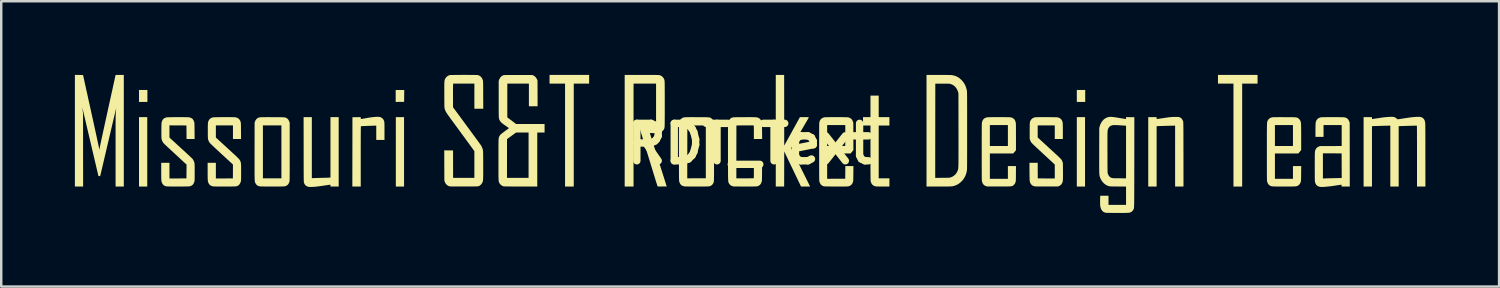
<source format=kicad_pcb>
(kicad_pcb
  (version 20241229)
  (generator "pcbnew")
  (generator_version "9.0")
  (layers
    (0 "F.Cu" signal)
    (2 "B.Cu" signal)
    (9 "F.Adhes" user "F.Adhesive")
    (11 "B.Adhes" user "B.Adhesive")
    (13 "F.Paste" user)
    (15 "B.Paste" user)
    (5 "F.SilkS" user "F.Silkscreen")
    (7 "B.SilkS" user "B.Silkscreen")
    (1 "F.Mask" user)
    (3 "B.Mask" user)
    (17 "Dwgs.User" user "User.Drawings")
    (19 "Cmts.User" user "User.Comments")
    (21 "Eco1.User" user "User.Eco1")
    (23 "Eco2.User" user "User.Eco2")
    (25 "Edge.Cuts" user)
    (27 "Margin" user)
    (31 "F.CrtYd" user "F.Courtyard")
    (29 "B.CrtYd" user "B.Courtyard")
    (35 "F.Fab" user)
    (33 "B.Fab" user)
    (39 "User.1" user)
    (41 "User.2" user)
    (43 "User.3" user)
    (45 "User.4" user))
  (footprint "RDT_Text"
    (layer "F.Cu")
    (at 27.493 2.808)
    (property "Reference" "RDT_Text" (at 0 0 0) (layer "F.SilkS") (effects (font (size 1.524 1.524) (thickness 0.3))))
    (attr board_only exclude_from_pos_files exclude_from_bom)
    (fp_poly (pts (xy -24.546 1.739) (xy -24.882 1.739) (xy -24.882 -1.088) (xy -24.546 -1.088)) (stroke (width 0) (type solid)) (fill yes) (layer "F.SilkS"))
    (fp_poly (pts (xy -24.54 -1.707) (xy -24.882 -1.707) (xy -24.882 -2.194) (xy -24.54 -2.194)) (stroke (width 0) (type solid)) (fill yes) (layer "F.SilkS"))
    (fp_poly (pts (xy -14.088 1.739) (xy -14.423 1.739) (xy -14.423 -1.088) (xy -14.088 -1.088)) (stroke (width 0) (type solid)) (fill yes) (layer "F.SilkS"))
    (fp_poly (pts (xy 13.645 1.739) (xy 13.31 1.739) (xy 13.31 -1.088) (xy 13.645 -1.088)) (stroke (width 0) (type solid)) (fill yes) (layer "F.SilkS"))
    (fp_poly (pts (xy 13.652 -1.707) (xy 13.31 -1.707) (xy 13.31 -2.194) (xy 13.652 -2.194)) (stroke (width 0) (type solid)) (fill yes) (layer "F.SilkS"))
    (fp_poly (pts (xy -14.083 -1.952) (xy -14.085 -1.71) (xy -14.257 -1.709) (xy -14.429 -1.707) (xy -14.429 -2.194) (xy -14.081 -2.194)) (stroke (width 0) (type solid)) (fill yes) (layer "F.SilkS"))
    (fp_poly (pts (xy -6.551 -2.453) (xy -7.177 -2.453) (xy -7.177 1.739) (xy -7.531 1.739) (xy -7.531 -2.453) (xy -8.163 -2.453) (xy -8.163 -2.807) (xy -6.551 -2.807)) (stroke (width 0) (type solid)) (fill yes) (layer "F.SilkS"))
    (fp_poly (pts (xy 20.67 -2.453) (xy 20.044 -2.453) (xy 20.044 1.739) (xy 19.69 1.739) (xy 19.69 -2.453) (xy 19.058 -2.453) (xy 19.058 -2.807) (xy 20.67 -2.807)) (stroke (width 0) (type solid)) (fill yes) (layer "F.SilkS"))
    (fp_poly (pts (xy 5.242 -1.088) (xy 5.678 -1.088) (xy 5.678 -0.746) (xy 5.242 -0.746) (xy 5.242 1.404) (xy 5.678 1.404) (xy 5.678 1.739) (xy 5.411 1.738) (xy 5.339 1.738) (xy 5.279 1.738) (xy 5.229 1.737) (xy 5.188 1.736) (xy 5.156 1.735) (xy 5.132 1.733) (xy 5.114 1.731) (xy 5.104 1.729) (xy 5.052 1.712) (xy 5.007 1.684) (xy 4.97 1.647) (xy 4.941 1.601) (xy 4.921 1.545) (xy 4.916 1.525) (xy 4.915 1.518) (xy 4.914 1.508) (xy 4.913 1.494) (xy 4.912 1.476) (xy 4.911 1.454) (xy 4.91 1.426) (xy 4.91 1.393) (xy 4.909 1.353) (xy 4.909 1.306) (xy 4.908 1.252) (xy 4.908 1.191) (xy 4.908 1.12) (xy 4.907 1.041) (xy 4.907 0.952) (xy 4.907 0.854) (xy 4.907 0.744) (xy 4.907 0.624) (xy 4.907 0.492) (xy 4.907 0.368) (xy 4.907 -0.746) (xy 4.603 -0.746) (xy 4.603 -1.088) (xy 4.907 -1.088) (xy 4.907 -1.966) (xy 5.242 -1.966)) (stroke (width 0) (type solid)) (fill yes) (layer "F.SilkS"))
    (fp_poly (pts (xy -15.104 -1.098) (xy -15.082 -1.095) (xy -15.029 -1.078) (xy -14.983 -1.05) (xy -14.946 -1.014) (xy -14.917 -0.968) (xy -14.897 -0.914) (xy -14.894 -0.899) (xy -14.892 -0.887) (xy -14.89 -0.87) (xy -14.889 -0.849) (xy -14.887 -0.821) (xy -14.886 -0.786) (xy -14.886 -0.743) (xy -14.885 -0.691) (xy -14.885 -0.628) (xy -14.885 -0.555) (xy -14.885 -0.507) (xy -14.885 -0.158) (xy -15.22 -0.158) (xy -15.22 -0.451) (xy -15.22 -0.743) (xy -15.272 -0.741) (xy -15.371 -0.738) (xy -15.463 -0.735) (xy -15.546 -0.732) (xy -15.62 -0.729) (xy -15.684 -0.726) (xy -15.738 -0.724) (xy -15.782 -0.722) (xy -15.815 -0.72) (xy -15.836 -0.719) (xy -15.846 -0.718) (xy -15.846 -0.718) (xy -15.847 -0.711) (xy -15.847 -0.692) (xy -15.848 -0.66) (xy -15.849 -0.616) (xy -15.849 -0.561) (xy -15.85 -0.494) (xy -15.85 -0.416) (xy -15.851 -0.326) (xy -15.851 -0.225) (xy -15.851 -0.113) (xy -15.852 0.009) (xy -15.852 0.142) (xy -15.852 0.285) (xy -15.852 0.438) (xy -15.852 0.513) (xy -15.852 1.739) (xy -16.194 1.739) (xy -16.19 -1.084) (xy -16.021 -1.086) (xy -15.852 -1.088) (xy -15.852 -1.05) (xy -15.851 -1.028) (xy -15.849 -1.016) (xy -15.844 -1.012) (xy -15.842 -1.012) (xy -15.832 -1.013) (xy -15.811 -1.016) (xy -15.782 -1.02) (xy -15.748 -1.026) (xy -15.709 -1.032) (xy -15.67 -1.039) (xy -15.631 -1.046) (xy -15.594 -1.053) (xy -15.574 -1.057) (xy -15.508 -1.068) (xy -15.441 -1.078) (xy -15.373 -1.087) (xy -15.308 -1.093) (xy -15.247 -1.098) (xy -15.191 -1.1) (xy -15.143 -1.1)) (stroke (width 0) (type solid)) (fill yes) (layer "F.SilkS"))
    (fp_poly (pts (xy -17.844 1.399) (xy -17.776 1.395) (xy -17.755 1.394) (xy -17.723 1.393) (xy -17.682 1.392) (xy -17.634 1.39) (xy -17.579 1.389) (xy -17.521 1.387) (xy -17.46 1.385) (xy -17.423 1.385) (xy -17.364 1.383) (xy -17.307 1.382) (xy -17.255 1.38) (xy -17.208 1.379) (xy -17.169 1.377) (xy -17.139 1.376) (xy -17.119 1.375) (xy -17.112 1.375) (xy -17.085 1.371) (xy -17.085 -1.088) (xy -16.75 -1.088) (xy -16.75 1.739) (xy -17.085 1.739) (xy -17.085 1.701) (xy -17.086 1.677) (xy -17.09 1.665) (xy -17.093 1.663) (xy -17.101 1.664) (xy -17.12 1.667) (xy -17.148 1.671) (xy -17.182 1.675) (xy -17.22 1.681) (xy -17.227 1.682) (xy -17.324 1.697) (xy -17.41 1.709) (xy -17.485 1.72) (xy -17.552 1.729) (xy -17.612 1.736) (xy -17.665 1.742) (xy -17.713 1.747) (xy -17.757 1.75) (xy -17.799 1.753) (xy -17.84 1.754) (xy -17.847 1.755) (xy -17.884 1.755) (xy -17.918 1.755) (xy -17.947 1.754) (xy -17.967 1.753) (xy -17.973 1.752) (xy -18.028 1.735) (xy -18.073 1.712) (xy -18.11 1.68) (xy -18.139 1.639) (xy -18.163 1.587) (xy -18.165 1.582) (xy -18.166 1.578) (xy -18.168 1.572) (xy -18.169 1.564) (xy -18.169 1.554) (xy -18.17 1.541) (xy -18.171 1.524) (xy -18.172 1.504) (xy -18.172 1.478) (xy -18.173 1.448) (xy -18.174 1.412) (xy -18.174 1.37) (xy -18.175 1.321) (xy -18.175 1.265) (xy -18.175 1.202) (xy -18.176 1.13) (xy -18.176 1.05) (xy -18.176 0.961) (xy -18.176 0.862) (xy -18.177 0.752) (xy -18.177 0.633) (xy -18.177 0.501) (xy -18.177 0.359) (xy -18.177 0.232) (xy -18.179 -1.088) (xy -17.844 -1.088)) (stroke (width 0) (type solid)) (fill yes) (layer "F.SilkS"))
    (fp_poly (pts (xy 17.403 -1.096) (xy 17.43 -1.096) (xy 17.45 -1.095) (xy 17.465 -1.092) (xy 17.478 -1.09) (xy 17.49 -1.085) (xy 17.497 -1.082) (xy 17.543 -1.057) (xy 17.582 -1.022) (xy 17.614 -0.976) (xy 17.638 -0.921) (xy 17.641 -0.914) (xy 17.642 -0.909) (xy 17.643 -0.903) (xy 17.644 -0.894) (xy 17.645 -0.882) (xy 17.646 -0.867) (xy 17.646 -0.848) (xy 17.647 -0.824) (xy 17.648 -0.796) (xy 17.648 -0.762) (xy 17.649 -0.722) (xy 17.649 -0.675) (xy 17.65 -0.622) (xy 17.65 -0.561) (xy 17.651 -0.492) (xy 17.651 -0.415) (xy 17.651 -0.329) (xy 17.651 -0.233) (xy 17.652 -0.127) (xy 17.652 -0.01) (xy 17.652 0.117) (xy 17.652 0.256) (xy 17.653 0.407) (xy 17.653 0.428) (xy 17.654 1.739) (xy 17.313 1.739) (xy 17.313 -0.744) (xy 17.28 -0.742) (xy 17.266 -0.741) (xy 17.242 -0.741) (xy 17.207 -0.74) (xy 17.165 -0.738) (xy 17.117 -0.737) (xy 17.063 -0.736) (xy 17.006 -0.734) (xy 16.981 -0.734) (xy 16.92 -0.732) (xy 16.861 -0.73) (xy 16.804 -0.729) (xy 16.752 -0.727) (xy 16.707 -0.726) (xy 16.67 -0.725) (xy 16.643 -0.723) (xy 16.638 -0.723) (xy 16.56 -0.719) (xy 16.56 1.739) (xy 16.219 1.739) (xy 16.219 -1.088) (xy 16.56 -1.088) (xy 16.56 -1.047) (xy 16.561 -1.023) (xy 16.563 -1.011) (xy 16.568 -1.009) (xy 16.568 -1.009) (xy 16.577 -1.01) (xy 16.596 -1.014) (xy 16.623 -1.018) (xy 16.656 -1.023) (xy 16.69 -1.028) (xy 16.736 -1.034) (xy 16.787 -1.042) (xy 16.838 -1.049) (xy 16.884 -1.056) (xy 16.902 -1.059) (xy 16.977 -1.07) (xy 17.043 -1.079) (xy 17.103 -1.086) (xy 17.158 -1.091) (xy 17.212 -1.094) (xy 17.268 -1.096) (xy 17.322 -1.097) (xy 17.368 -1.097)) (stroke (width 0) (type solid)) (fill yes) (layer "F.SilkS"))
    (fp_poly (pts (xy 1.393 -1.368) (xy 1.394 0.072) (xy 1.562 -0.231) (xy 1.614 -0.326) (xy 1.661 -0.411) (xy 1.703 -0.487) (xy 1.741 -0.556) (xy 1.775 -0.619) (xy 1.808 -0.677) (xy 1.838 -0.732) (xy 1.866 -0.784) (xy 1.895 -0.836) (xy 1.923 -0.887) (xy 1.951 -0.938) (xy 2.033 -1.087) (xy 2.215 -1.087) (xy 2.269 -1.087) (xy 2.312 -1.087) (xy 2.345 -1.086) (xy 2.369 -1.085) (xy 2.384 -1.084) (xy 2.393 -1.082) (xy 2.396 -1.08) (xy 2.396 -1.079) (xy 2.393 -1.071) (xy 2.385 -1.054) (xy 2.373 -1.032) (xy 2.359 -1.008) (xy 2.351 -0.993) (xy 2.336 -0.968) (xy 2.316 -0.934) (xy 2.292 -0.892) (xy 2.263 -0.843) (xy 2.23 -0.787) (xy 2.195 -0.725) (xy 2.156 -0.66) (xy 2.116 -0.59) (xy 2.074 -0.518) (xy 2.039 -0.458) (xy 1.996 -0.385) (xy 1.954 -0.313) (xy 1.914 -0.243) (xy 1.876 -0.178) (xy 1.84 -0.117) (xy 1.808 -0.061) (xy 1.78 -0.012) (xy 1.755 0.029) (xy 1.736 0.062) (xy 1.722 0.086) (xy 1.715 0.098) (xy 1.699 0.125) (xy 1.687 0.148) (xy 1.678 0.165) (xy 1.674 0.173) (xy 1.674 0.174) (xy 1.677 0.18) (xy 1.685 0.197) (xy 1.698 0.224) (xy 1.716 0.261) (xy 1.738 0.306) (xy 1.764 0.359) (xy 1.794 0.419) (xy 1.827 0.486) (xy 1.863 0.56) (xy 1.902 0.639) (xy 1.944 0.722) (xy 1.987 0.81) (xy 2.033 0.901) (xy 2.061 0.957) (xy 2.107 1.05) (xy 2.151 1.14) (xy 2.194 1.226) (xy 2.235 1.307) (xy 2.273 1.384) (xy 2.308 1.454) (xy 2.34 1.519) (xy 2.368 1.576) (xy 2.392 1.626) (xy 2.413 1.667) (xy 2.429 1.699) (xy 2.44 1.722) (xy 2.446 1.734) (xy 2.447 1.736) (xy 2.441 1.737) (xy 2.424 1.738) (xy 2.397 1.738) (xy 2.363 1.738) (xy 2.322 1.739) (xy 2.276 1.739) (xy 2.263 1.739) (xy 2.079 1.739) (xy 2.025 1.627) (xy 2.003 1.581) (xy 1.978 1.529) (xy 1.95 1.471) (xy 1.919 1.405) (xy 1.884 1.332) (xy 1.845 1.251) (xy 1.801 1.16) (xy 1.754 1.06) (xy 1.701 0.951) (xy 1.644 0.831) (xy 1.592 0.723) (xy 1.394 0.31) (xy 1.393 1.025) (xy 1.391 1.739) (xy 1.05 1.739) (xy 1.05 -2.807) (xy 1.391 -2.807)) (stroke (width 0) (type solid)) (fill yes) (layer "F.SilkS"))
    (fp_poly (pts (xy -19.57 -1.087) (xy -19.471 -1.086) (xy -19.428 -1.086) (xy -19.337 -1.086) (xy -19.258 -1.085) (xy -19.19 -1.085) (xy -19.132 -1.084) (xy -19.083 -1.084) (xy -19.041 -1.083) (xy -19.007 -1.081) (xy -18.979 -1.08) (xy -18.956 -1.077) (xy -18.937 -1.075) (xy -18.922 -1.071) (xy -18.909 -1.067) (xy -18.898 -1.062) (xy -18.887 -1.057) (xy -18.875 -1.05) (xy -18.863 -1.042) (xy -18.862 -1.042) (xy -18.823 -1.011) (xy -18.791 -0.97) (xy -18.766 -0.918) (xy -18.762 -0.907) (xy -18.745 -0.857) (xy -18.745 0.322) (xy -18.745 0.466) (xy -18.745 0.598) (xy -18.745 0.718) (xy -18.745 0.827) (xy -18.745 0.925) (xy -18.745 1.014) (xy -18.745 1.093) (xy -18.746 1.164) (xy -18.746 1.226) (xy -18.746 1.281) (xy -18.746 1.329) (xy -18.747 1.37) (xy -18.747 1.405) (xy -18.748 1.434) (xy -18.749 1.459) (xy -18.749 1.479) (xy -18.75 1.496) (xy -18.751 1.509) (xy -18.752 1.519) (xy -18.753 1.528) (xy -18.754 1.534) (xy -18.756 1.54) (xy -18.756 1.542) (xy -18.777 1.599) (xy -18.805 1.645) (xy -18.841 1.681) (xy -18.885 1.709) (xy -18.938 1.728) (xy -18.945 1.729) (xy -18.959 1.731) (xy -18.985 1.733) (xy -19.021 1.734) (xy -19.067 1.736) (xy -19.119 1.737) (xy -19.178 1.738) (xy -19.243 1.738) (xy -19.311 1.739) (xy -19.382 1.739) (xy -19.454 1.739) (xy -19.526 1.739) (xy -19.597 1.739) (xy -19.666 1.738) (xy -19.732 1.738) (xy -19.792 1.737) (xy -19.847 1.736) (xy -19.894 1.735) (xy -19.932 1.733) (xy -19.961 1.731) (xy -19.978 1.73) (xy -19.98 1.729) (xy -20.032 1.712) (xy -20.076 1.685) (xy -20.113 1.648) (xy -20.14 1.603) (xy -20.145 1.594) (xy -20.149 1.585) (xy -20.152 1.577) (xy -20.156 1.568) (xy -20.159 1.559) (xy -20.162 1.549) (xy -20.164 1.536) (xy -20.166 1.521) (xy -20.168 1.503) (xy -20.17 1.481) (xy -20.171 1.456) (xy -20.173 1.425) (xy -20.173 1.404) (xy -19.836 1.404) (xy -19.083 1.404) (xy -19.083 -0.752) (xy -19.836 -0.752) (xy -19.836 1.404) (xy -20.173 1.404) (xy -20.174 1.389) (xy -20.174 1.348) (xy -20.175 1.3) (xy -20.176 1.245) (xy -20.176 1.183) (xy -20.176 1.112) (xy -20.176 1.033) (xy -20.176 0.945) (xy -20.176 0.848) (xy -20.176 0.739) (xy -20.176 0.621) (xy -20.176 0.49) (xy -20.176 0.348) (xy -20.176 0.305) (xy -20.174 -0.863) (xy -20.16 -0.902) (xy -20.137 -0.958) (xy -20.106 -1.002) (xy -20.068 -1.037) (xy -20.023 -1.062) (xy -19.969 -1.078) (xy -19.946 -1.082) (xy -19.928 -1.083) (xy -19.898 -1.084) (xy -19.855 -1.085) (xy -19.801 -1.086) (xy -19.735 -1.086) (xy -19.658 -1.087)) (stroke (width 0) (type solid)) (fill yes) (layer "F.SilkS"))
    (fp_poly (pts (xy 3.545 -1.088) (xy 3.614 -1.087) (xy 3.681 -1.087) (xy 3.745 -1.087) (xy 3.804 -1.086) (xy 3.857 -1.085) (xy 3.903 -1.084) (xy 3.94 -1.083) (xy 3.968 -1.082) (xy 3.984 -1.081) (xy 3.985 -1.081) (xy 4.041 -1.067) (xy 4.089 -1.045) (xy 4.128 -1.014) (xy 4.16 -0.973) (xy 4.186 -0.921) (xy 4.192 -0.905) (xy 4.208 -0.857) (xy 4.212 0.256) (xy 4.097 0.392) (xy 3.143 0.392) (xy 3.143 1.423) (xy 3.511 1.421) (xy 3.879 1.42) (xy 3.881 1.162) (xy 3.883 0.904) (xy 4.212 0.904) (xy 4.21 1.206) (xy 4.209 1.277) (xy 4.208 1.337) (xy 4.208 1.386) (xy 4.207 1.427) (xy 4.206 1.459) (xy 4.204 1.485) (xy 4.203 1.505) (xy 4.201 1.52) (xy 4.199 1.533) (xy 4.197 1.543) (xy 4.196 1.546) (xy 4.174 1.603) (xy 4.144 1.649) (xy 4.106 1.686) (xy 4.061 1.713) (xy 4.008 1.73) (xy 4 1.732) (xy 3.985 1.734) (xy 3.958 1.735) (xy 3.922 1.736) (xy 3.877 1.737) (xy 3.825 1.738) (xy 3.766 1.738) (xy 3.702 1.739) (xy 3.635 1.739) (xy 3.566 1.739) (xy 3.495 1.739) (xy 3.425 1.739) (xy 3.356 1.738) (xy 3.29 1.737) (xy 3.227 1.737) (xy 3.17 1.736) (xy 3.12 1.735) (xy 3.077 1.733) (xy 3.044 1.732) (xy 3.021 1.73) (xy 3.011 1.729) (xy 2.96 1.713) (xy 2.917 1.686) (xy 2.88 1.65) (xy 2.851 1.603) (xy 2.829 1.546) (xy 2.829 1.546) (xy 2.827 1.541) (xy 2.826 1.535) (xy 2.825 1.528) (xy 2.824 1.519) (xy 2.823 1.508) (xy 2.822 1.493) (xy 2.821 1.476) (xy 2.82 1.454) (xy 2.82 1.427) (xy 2.819 1.395) (xy 2.819 1.358) (xy 2.818 1.314) (xy 2.818 1.264) (xy 2.818 1.206) (xy 2.818 1.14) (xy 2.817 1.066) (xy 2.817 0.983) (xy 2.817 0.89) (xy 2.817 0.787) (xy 2.817 0.673) (xy 2.817 0.549) (xy 2.817 0.412) (xy 2.817 0.326) (xy 2.817 0.182) (xy 2.817 0.089) (xy 3.143 0.089) (xy 3.879 0.085) (xy 3.882 -0.765) (xy 3.143 -0.765) (xy 3.143 0.089) (xy 2.817 0.089) (xy 2.817 0.05) (xy 2.817 -0.07) (xy 2.817 -0.179) (xy 2.817 -0.278) (xy 2.817 -0.367) (xy 2.817 -0.446) (xy 2.818 -0.517) (xy 2.818 -0.579) (xy 2.818 -0.634) (xy 2.818 -0.682) (xy 2.819 -0.723) (xy 2.819 -0.758) (xy 2.82 -0.787) (xy 2.821 -0.812) (xy 2.821 -0.832) (xy 2.822 -0.848) (xy 2.823 -0.861) (xy 2.824 -0.872) (xy 2.825 -0.88) (xy 2.826 -0.886) (xy 2.828 -0.892) (xy 2.829 -0.895) (xy 2.837 -0.92) (xy 2.847 -0.944) (xy 2.853 -0.957) (xy 2.88 -0.997) (xy 2.917 -1.031) (xy 2.962 -1.058) (xy 3.012 -1.076) (xy 3.038 -1.081) (xy 3.054 -1.082) (xy 3.081 -1.084) (xy 3.118 -1.085) (xy 3.164 -1.085) (xy 3.217 -1.086) (xy 3.276 -1.087) (xy 3.34 -1.087) (xy 3.407 -1.087) (xy 3.475 -1.088)) (stroke (width 0) (type solid)) (fill yes) (layer "F.SilkS"))
    (fp_poly (pts (xy 26.16 -1.1) (xy 26.195 -1.097) (xy 26.216 -1.094) (xy 26.27 -1.076) (xy 26.316 -1.047) (xy 26.338 -1.028) (xy 26.355 -1.013) (xy 26.37 -1.003) (xy 26.379 -0.999) (xy 26.389 -1) (xy 26.409 -1.003) (xy 26.435 -1.007) (xy 26.466 -1.011) (xy 26.469 -1.012) (xy 26.57 -1.028) (xy 26.66 -1.042) (xy 26.739 -1.054) (xy 26.81 -1.064) (xy 26.873 -1.073) (xy 26.929 -1.08) (xy 26.98 -1.086) (xy 27.026 -1.09) (xy 27.069 -1.094) (xy 27.11 -1.096) (xy 27.151 -1.098) (xy 27.158 -1.098) (xy 27.213 -1.099) (xy 27.257 -1.099) (xy 27.293 -1.096) (xy 27.323 -1.09) (xy 27.349 -1.081) (xy 27.373 -1.07) (xy 27.39 -1.059) (xy 27.428 -1.028) (xy 27.457 -0.989) (xy 27.479 -0.941) (xy 27.493 -0.883) (xy 27.5 -0.836) (xy 27.5 -0.824) (xy 27.501 -0.799) (xy 27.501 -0.763) (xy 27.502 -0.717) (xy 27.502 -0.66) (xy 27.503 -0.594) (xy 27.503 -0.519) (xy 27.504 -0.436) (xy 27.504 -0.346) (xy 27.504 -0.248) (xy 27.505 -0.144) (xy 27.505 -0.035) (xy 27.505 0.079) (xy 27.505 0.198) (xy 27.505 0.32) (xy 27.505 0.445) (xy 27.505 0.482) (xy 27.506 1.739) (xy 27.164 1.739) (xy 27.164 0.5) (xy 27.164 0.376) (xy 27.164 0.255) (xy 27.164 0.138) (xy 27.164 0.026) (xy 27.164 -0.081) (xy 27.163 -0.182) (xy 27.163 -0.277) (xy 27.163 -0.365) (xy 27.162 -0.445) (xy 27.162 -0.517) (xy 27.162 -0.58) (xy 27.161 -0.633) (xy 27.161 -0.677) (xy 27.16 -0.71) (xy 27.16 -0.731) (xy 27.16 -0.741) (xy 27.159 -0.741) (xy 27.152 -0.742) (xy 27.134 -0.741) (xy 27.105 -0.741) (xy 27.067 -0.74) (xy 27.021 -0.739) (xy 26.968 -0.738) (xy 26.909 -0.736) (xy 26.846 -0.734) (xy 26.804 -0.733) (xy 26.738 -0.731) (xy 26.675 -0.729) (xy 26.617 -0.727) (xy 26.565 -0.725) (xy 26.52 -0.724) (xy 26.484 -0.723) (xy 26.456 -0.722) (xy 26.44 -0.721) (xy 26.435 -0.721) (xy 26.418 -0.721) (xy 26.418 1.739) (xy 26.077 1.739) (xy 26.077 -0.744) (xy 26.043 -0.742) (xy 26.03 -0.741) (xy 26.005 -0.741) (xy 25.971 -0.74) (xy 25.929 -0.738) (xy 25.88 -0.737) (xy 25.827 -0.736) (xy 25.77 -0.734) (xy 25.745 -0.734) (xy 25.684 -0.732) (xy 25.625 -0.73) (xy 25.569 -0.729) (xy 25.518 -0.727) (xy 25.473 -0.726) (xy 25.436 -0.724) (xy 25.41 -0.723) (xy 25.405 -0.723) (xy 25.33 -0.719) (xy 25.33 1.739) (xy 24.989 1.739) (xy 24.989 -1.088) (xy 25.33 -1.088) (xy 25.33 -1.047) (xy 25.331 -1.023) (xy 25.334 -1.011) (xy 25.338 -1.008) (xy 25.338 -1.009) (xy 25.347 -1.01) (xy 25.366 -1.013) (xy 25.393 -1.018) (xy 25.428 -1.023) (xy 25.467 -1.029) (xy 25.482 -1.031) (xy 25.528 -1.037) (xy 25.575 -1.044) (xy 25.62 -1.051) (xy 25.659 -1.057) (xy 25.689 -1.062) (xy 25.691 -1.062) (xy 25.751 -1.071) (xy 25.814 -1.079) (xy 25.878 -1.086) (xy 25.943 -1.092) (xy 26.004 -1.096) (xy 26.062 -1.099) (xy 26.115 -1.1)) (stroke (width 0) (type solid)) (fill yes) (layer "F.SilkS"))
    (fp_poly (pts (xy 23.76 -1.088) (xy 23.829 -1.087) (xy 23.896 -1.087) (xy 23.96 -1.087) (xy 24.019 -1.086) (xy 24.072 -1.085) (xy 24.118 -1.084) (xy 24.155 -1.083) (xy 24.183 -1.082) (xy 24.199 -1.081) (xy 24.2 -1.081) (xy 24.257 -1.067) (xy 24.304 -1.045) (xy 24.344 -1.014) (xy 24.375 -0.973) (xy 24.401 -0.921) (xy 24.407 -0.905) (xy 24.423 -0.857) (xy 24.425 0.441) (xy 24.426 1.739) (xy 24.091 1.739) (xy 24.091 1.701) (xy 24.09 1.677) (xy 24.087 1.665) (xy 24.083 1.663) (xy 24.075 1.664) (xy 24.056 1.667) (xy 24.027 1.671) (xy 23.992 1.676) (xy 23.951 1.682) (xy 23.907 1.689) (xy 23.86 1.696) (xy 23.813 1.703) (xy 23.768 1.71) (xy 23.765 1.71) (xy 23.71 1.719) (xy 23.648 1.727) (xy 23.583 1.734) (xy 23.518 1.741) (xy 23.455 1.747) (xy 23.398 1.751) (xy 23.349 1.754) (xy 23.332 1.755) (xy 23.293 1.756) (xy 23.262 1.756) (xy 23.239 1.755) (xy 23.219 1.752) (xy 23.199 1.748) (xy 23.187 1.745) (xy 23.136 1.727) (xy 23.094 1.701) (xy 23.06 1.666) (xy 23.034 1.622) (xy 23.014 1.568) (xy 23.011 1.557) (xy 23.009 1.549) (xy 23.008 1.54) (xy 23.006 1.528) (xy 23.005 1.514) (xy 23.004 1.497) (xy 23.003 1.474) (xy 23.002 1.447) (xy 23.002 1.413) (xy 23.001 1.373) (xy 23.001 1.325) (xy 23.001 1.268) (xy 23.001 1.203) (xy 23 1.127) (xy 23 1.04) (xy 23 0.941) (xy 23 0.929) (xy 23 0.827) (xy 23 0.737) (xy 23.001 0.658) (xy 23.001 0.588) (xy 23.001 0.528) (xy 23.002 0.477) (xy 23.002 0.434) (xy 23.003 0.397) (xy 23.004 0.386) (xy 23.332 0.386) (xy 23.332 1.412) (xy 23.438 1.407) (xy 23.469 1.406) (xy 23.511 1.405) (xy 23.56 1.403) (xy 23.616 1.402) (xy 23.675 1.4) (xy 23.737 1.399) (xy 23.797 1.397) (xy 23.853 1.396) (xy 23.907 1.395) (xy 23.955 1.394) (xy 23.997 1.393) (xy 24.032 1.392) (xy 24.057 1.392) (xy 24.072 1.391) (xy 24.074 1.391) (xy 24.098 1.391) (xy 24.094 0.389) (xy 23.713 0.387) (xy 23.332 0.386) (xy 23.004 0.386) (xy 23.005 0.366) (xy 23.006 0.341) (xy 23.008 0.32) (xy 23.011 0.303) (xy 23.013 0.289) (xy 23.016 0.276) (xy 23.02 0.265) (xy 23.024 0.254) (xy 23.029 0.242) (xy 23.03 0.241) (xy 23.055 0.194) (xy 23.088 0.156) (xy 23.129 0.127) (xy 23.174 0.106) (xy 23.215 0.092) (xy 23.656 0.09) (xy 24.097 0.088) (xy 24.097 -0.765) (xy 23.358 -0.765) (xy 23.358 -0.285) (xy 23.029 -0.285) (xy 23.029 -0.549) (xy 23.029 -0.623) (xy 23.03 -0.686) (xy 23.031 -0.739) (xy 23.032 -0.783) (xy 23.034 -0.82) (xy 23.037 -0.85) (xy 23.04 -0.875) (xy 23.045 -0.896) (xy 23.051 -0.915) (xy 23.057 -0.933) (xy 23.062 -0.944) (xy 23.09 -0.989) (xy 23.127 -1.027) (xy 23.173 -1.056) (xy 23.224 -1.075) (xy 23.253 -1.081) (xy 23.269 -1.082) (xy 23.296 -1.084) (xy 23.334 -1.085) (xy 23.379 -1.085) (xy 23.432 -1.086) (xy 23.491 -1.087) (xy 23.555 -1.087) (xy 23.622 -1.087) (xy 23.691 -1.088)) (stroke (width 0) (type solid)) (fill yes) (layer "F.SilkS"))
    (fp_poly (pts (xy -2.318 -1.087) (xy -2.233 -1.086) (xy -2.146 -1.086) (xy -2.055 -1.086) (xy -1.975 -1.085) (xy -1.905 -1.085) (xy -1.846 -1.084) (xy -1.796 -1.084) (xy -1.754 -1.083) (xy -1.719 -1.081) (xy -1.69 -1.079) (xy -1.666 -1.077) (xy -1.647 -1.074) (xy -1.632 -1.071) (xy -1.619 -1.066) (xy -1.608 -1.061) (xy -1.597 -1.055) (xy -1.586 -1.048) (xy -1.575 -1.04) (xy -1.572 -1.038) (xy -1.532 -1.004) (xy -1.5 -0.96) (xy -1.478 -0.908) (xy -1.478 -0.907) (xy -1.464 -0.863) (xy -1.464 0.326) (xy -1.464 0.471) (xy -1.464 0.605) (xy -1.464 0.727) (xy -1.464 0.838) (xy -1.464 0.938) (xy -1.464 1.029) (xy -1.464 1.11) (xy -1.464 1.183) (xy -1.465 1.247) (xy -1.465 1.303) (xy -1.466 1.353) (xy -1.467 1.396) (xy -1.467 1.432) (xy -1.468 1.464) (xy -1.47 1.49) (xy -1.471 1.512) (xy -1.473 1.53) (xy -1.474 1.545) (xy -1.476 1.557) (xy -1.479 1.567) (xy -1.481 1.575) (xy -1.484 1.582) (xy -1.487 1.588) (xy -1.49 1.595) (xy -1.494 1.602) (xy -1.494 1.603) (xy -1.523 1.648) (xy -1.56 1.684) (xy -1.582 1.699) (xy -1.594 1.706) (xy -1.605 1.712) (xy -1.617 1.718) (xy -1.63 1.722) (xy -1.645 1.726) (xy -1.663 1.729) (xy -1.685 1.732) (xy -1.712 1.734) (xy -1.745 1.735) (xy -1.784 1.737) (xy -1.831 1.737) (xy -1.886 1.738) (xy -1.951 1.738) (xy -2.026 1.738) (xy -2.112 1.738) (xy -2.181 1.738) (xy -2.272 1.738) (xy -2.35 1.738) (xy -2.418 1.738) (xy -2.475 1.738) (xy -2.524 1.737) (xy -2.564 1.737) (xy -2.598 1.736) (xy -2.625 1.735) (xy -2.646 1.734) (xy -2.664 1.733) (xy -2.677 1.732) (xy -2.688 1.73) (xy -2.697 1.728) (xy -2.7 1.727) (xy -2.752 1.709) (xy -2.795 1.682) (xy -2.83 1.646) (xy -2.857 1.601) (xy -2.879 1.545) (xy -2.882 1.535) (xy -2.883 1.529) (xy -2.884 1.522) (xy -2.885 1.513) (xy -2.886 1.502) (xy -2.887 1.488) (xy -2.888 1.47) (xy -2.889 1.447) (xy -2.89 1.421) (xy -2.89 1.404) (xy -2.555 1.404) (xy -2.177 1.402) (xy -1.799 1.401) (xy -1.799 -0.749) (xy -2.551 -0.749) (xy -2.553 0.327) (xy -2.555 1.404) (xy -2.89 1.404) (xy -2.89 1.388) (xy -2.891 1.35) (xy -2.891 1.306) (xy -2.892 1.254) (xy -2.892 1.195) (xy -2.892 1.128) (xy -2.893 1.052) (xy -2.893 0.967) (xy -2.893 0.872) (xy -2.894 0.767) (xy -2.894 0.651) (xy -2.894 0.523) (xy -2.894 0.383) (xy -2.894 0.383) (xy -2.895 0.218) (xy -2.895 0.065) (xy -2.895 -0.076) (xy -2.895 -0.204) (xy -2.895 -0.321) (xy -2.895 -0.425) (xy -2.894 -0.516) (xy -2.894 -0.595) (xy -2.893 -0.662) (xy -2.893 -0.717) (xy -2.892 -0.758) (xy -2.891 -0.788) (xy -2.89 -0.803) (xy -2.881 -0.868) (xy -2.867 -0.923) (xy -2.847 -0.968) (xy -2.82 -1.005) (xy -2.786 -1.034) (xy -2.744 -1.058) (xy -2.743 -1.059) (xy -2.731 -1.064) (xy -2.719 -1.069) (xy -2.705 -1.073) (xy -2.69 -1.076) (xy -2.672 -1.079) (xy -2.65 -1.081) (xy -2.624 -1.083) (xy -2.592 -1.085) (xy -2.554 -1.086) (xy -2.508 -1.086) (xy -2.454 -1.087) (xy -2.391 -1.087)) (stroke (width 0) (type solid)) (fill yes) (layer "F.SilkS"))
    (fp_poly (pts (xy 21.645 -1.087) (xy 21.747 -1.086) (xy 21.774 -1.086) (xy 21.863 -1.086) (xy 21.941 -1.085) (xy 22.008 -1.085) (xy 22.065 -1.084) (xy 22.113 -1.084) (xy 22.153 -1.083) (xy 22.187 -1.081) (xy 22.214 -1.079) (xy 22.236 -1.077) (xy 22.254 -1.074) (xy 22.269 -1.071) (xy 22.282 -1.066) (xy 22.293 -1.061) (xy 22.305 -1.055) (xy 22.316 -1.048) (xy 22.327 -1.042) (xy 22.358 -1.018) (xy 22.386 -0.985) (xy 22.41 -0.947) (xy 22.425 -0.909) (xy 22.429 -0.895) (xy 22.432 -0.879) (xy 22.435 -0.861) (xy 22.438 -0.839) (xy 22.44 -0.814) (xy 22.442 -0.784) (xy 22.443 -0.747) (xy 22.444 -0.704) (xy 22.445 -0.654) (xy 22.446 -0.595) (xy 22.446 -0.527) (xy 22.447 -0.449) (xy 22.447 -0.36) (xy 22.447 -0.259) (xy 22.447 -0.254) (xy 22.447 0.254) (xy 22.389 0.323) (xy 22.331 0.392) (xy 21.378 0.392) (xy 21.378 1.423) (xy 22.112 1.423) (xy 22.112 0.904) (xy 22.448 0.904) (xy 22.445 1.2) (xy 22.445 1.274) (xy 22.444 1.337) (xy 22.443 1.389) (xy 22.441 1.433) (xy 22.44 1.469) (xy 22.437 1.498) (xy 22.434 1.522) (xy 22.431 1.542) (xy 22.426 1.56) (xy 22.42 1.575) (xy 22.414 1.591) (xy 22.406 1.606) (xy 22.377 1.651) (xy 22.341 1.686) (xy 22.296 1.712) (xy 22.244 1.729) (xy 22.23 1.731) (xy 22.204 1.733) (xy 22.167 1.734) (xy 22.122 1.736) (xy 22.07 1.737) (xy 22.011 1.738) (xy 21.948 1.738) (xy 21.88 1.739) (xy 21.81 1.739) (xy 21.739 1.739) (xy 21.668 1.739) (xy 21.599 1.739) (xy 21.532 1.738) (xy 21.469 1.738) (xy 21.411 1.737) (xy 21.36 1.736) (xy 21.317 1.734) (xy 21.283 1.733) (xy 21.259 1.731) (xy 21.248 1.729) (xy 21.195 1.712) (xy 21.151 1.686) (xy 21.114 1.651) (xy 21.086 1.605) (xy 21.065 1.55) (xy 21.062 1.54) (xy 21.061 1.534) (xy 21.059 1.527) (xy 21.058 1.52) (xy 21.057 1.511) (xy 21.056 1.501) (xy 21.055 1.488) (xy 21.054 1.472) (xy 21.053 1.452) (xy 21.053 1.429) (xy 21.052 1.4) (xy 21.052 1.367) (xy 21.051 1.327) (xy 21.051 1.281) (xy 21.051 1.228) (xy 21.05 1.168) (xy 21.05 1.099) (xy 21.05 1.022) (xy 21.05 0.936) (xy 21.05 0.84) (xy 21.05 0.733) (xy 21.05 0.616) (xy 21.05 0.487) (xy 21.05 0.346) (xy 21.05 0.329) (xy 21.05 0.184) (xy 21.05 0.089) (xy 21.378 0.089) (xy 22.112 0.089) (xy 22.112 -0.765) (xy 21.378 -0.765) (xy 21.378 0.089) (xy 21.05 0.089) (xy 21.05 0.051) (xy 21.05 -0.071) (xy 21.05 -0.181) (xy 21.05 -0.281) (xy 21.05 -0.372) (xy 21.05 -0.453) (xy 21.051 -0.525) (xy 21.051 -0.589) (xy 21.052 -0.645) (xy 21.052 -0.695) (xy 21.053 -0.737) (xy 21.054 -0.774) (xy 21.056 -0.806) (xy 21.057 -0.832) (xy 21.059 -0.854) (xy 21.06 -0.873) (xy 21.063 -0.888) (xy 21.065 -0.9) (xy 21.068 -0.911) (xy 21.071 -0.92) (xy 21.074 -0.928) (xy 21.078 -0.935) (xy 21.082 -0.943) (xy 21.086 -0.951) (xy 21.087 -0.952) (xy 21.116 -0.998) (xy 21.155 -1.034) (xy 21.201 -1.061) (xy 21.256 -1.078) (xy 21.274 -1.081) (xy 21.291 -1.083) (xy 21.32 -1.084) (xy 21.36 -1.085) (xy 21.413 -1.086) (xy 21.478 -1.086) (xy 21.555 -1.087)) (stroke (width 0) (type solid)) (fill yes) (layer "F.SilkS"))
    (fp_poly (pts (xy -4.291 -2.807) (xy -4.18 -2.807) (xy -4.081 -2.807) (xy -3.994 -2.807) (xy -3.919 -2.806) (xy -3.855 -2.806) (xy -3.801 -2.805) (xy -3.759 -2.804) (xy -3.727 -2.803) (xy -3.705 -2.802) (xy -3.692 -2.801) (xy -3.691 -2.8) (xy -3.642 -2.784) (xy -3.595 -2.757) (xy -3.554 -2.721) (xy -3.521 -2.679) (xy -3.507 -2.654) (xy -3.502 -2.645) (xy -3.498 -2.636) (xy -3.494 -2.627) (xy -3.49 -2.618) (xy -3.487 -2.609) (xy -3.485 -2.597) (xy -3.482 -2.583) (xy -3.48 -2.567) (xy -3.478 -2.547) (xy -3.477 -2.522) (xy -3.475 -2.493) (xy -3.474 -2.459) (xy -3.473 -2.418) (xy -3.473 -2.371) (xy -3.472 -2.316) (xy -3.472 -2.254) (xy -3.472 -2.182) (xy -3.472 -2.102) (xy -3.471 -2.012) (xy -3.471 -1.911) (xy -3.471 -1.799) (xy -3.471 -1.675) (xy -3.471 -1.622) (xy -3.471 -1.493) (xy -3.471 -1.377) (xy -3.471 -1.272) (xy -3.471 -1.177) (xy -3.472 -1.093) (xy -3.472 -1.018) (xy -3.472 -0.952) (xy -3.473 -0.895) (xy -3.473 -0.845) (xy -3.474 -0.801) (xy -3.475 -0.765) (xy -3.476 -0.734) (xy -3.477 -0.707) (xy -3.479 -0.686) (xy -3.481 -0.668) (xy -3.483 -0.653) (xy -3.486 -0.641) (xy -3.488 -0.631) (xy -3.492 -0.622) (xy -3.495 -0.614) (xy -3.499 -0.606) (xy -3.503 -0.597) (xy -3.505 -0.594) (xy -3.522 -0.566) (xy -3.548 -0.537) (xy -3.578 -0.509) (xy -3.608 -0.487) (xy -3.623 -0.479) (xy -3.671 -0.46) (xy -3.724 -0.446) (xy -3.784 -0.438) (xy -3.852 -0.434) (xy -3.929 -0.435) (xy -3.967 -0.437) (xy -4.002 -0.439) (xy -4.033 -0.44) (xy -4.057 -0.441) (xy -4.072 -0.441) (xy -4.077 -0.44) (xy -4.075 -0.434) (xy -4.07 -0.416) (xy -4.062 -0.388) (xy -4.05 -0.35) (xy -4.036 -0.303) (xy -4.019 -0.249) (xy -4 -0.186) (xy -3.978 -0.117) (xy -3.955 -0.043) (xy -3.93 0.037) (xy -3.903 0.121) (xy -3.875 0.208) (xy -3.873 0.216) (xy -3.841 0.316) (xy -3.808 0.42) (xy -3.774 0.526) (xy -3.74 0.635) (xy -3.706 0.743) (xy -3.672 0.849) (xy -3.64 0.951) (xy -3.609 1.048) (xy -3.58 1.138) (xy -3.554 1.22) (xy -3.532 1.292) (xy -3.528 1.303) (xy -3.391 1.736) (xy -3.575 1.737) (xy -3.622 1.738) (xy -3.664 1.738) (xy -3.701 1.737) (xy -3.731 1.737) (xy -3.752 1.736) (xy -3.762 1.735) (xy -3.763 1.734) (xy -3.765 1.728) (xy -3.771 1.71) (xy -3.78 1.682) (xy -3.792 1.644) (xy -3.806 1.599) (xy -3.823 1.545) (xy -3.842 1.486) (xy -3.862 1.421) (xy -3.883 1.351) (xy -3.906 1.277) (xy -3.911 1.261) (xy -3.932 1.191) (xy -3.957 1.11) (xy -3.985 1.019) (xy -4.015 0.921) (xy -4.047 0.817) (xy -4.08 0.709) (xy -4.115 0.597) (xy -4.149 0.484) (xy -4.184 0.371) (xy -4.219 0.259) (xy -4.252 0.15) (xy -4.281 0.055) (xy -4.31 -0.039) (xy -4.338 -0.129) (xy -4.364 -0.215) (xy -4.389 -0.297) (xy -4.412 -0.373) (xy -4.434 -0.443) (xy -4.453 -0.505) (xy -4.469 -0.56) (xy -4.483 -0.607) (xy -4.494 -0.644) (xy -4.502 -0.671) (xy -4.507 -0.688) (xy -4.508 -0.693) (xy -4.505 -0.703) (xy -4.497 -0.72) (xy -4.486 -0.737) (xy -4.464 -0.771) (xy -3.825 -0.771) (xy -3.825 -2.453) (xy -4.742 -2.453) (xy -4.742 1.739) (xy -5.103 1.739) (xy -5.103 -2.807) (xy -4.414 -2.807)) (stroke (width 0) (type solid)) (fill yes) (layer "F.SilkS"))
    (fp_poly (pts (xy 10.229 -1.087) (xy 10.296 -1.087) (xy 10.36 -1.087) (xy 10.42 -1.086) (xy 10.474 -1.085) (xy 10.52 -1.085) (xy 10.559 -1.084) (xy 10.587 -1.082) (xy 10.605 -1.081) (xy 10.607 -1.081) (xy 10.663 -1.067) (xy 10.713 -1.043) (xy 10.746 -1.017) (xy 10.774 -0.987) (xy 10.795 -0.95) (xy 10.813 -0.905) (xy 10.819 -0.88) (xy 10.821 -0.872) (xy 10.823 -0.862) (xy 10.825 -0.852) (xy 10.826 -0.839) (xy 10.828 -0.823) (xy 10.829 -0.803) (xy 10.829 -0.779) (xy 10.83 -0.749) (xy 10.83 -0.713) (xy 10.831 -0.669) (xy 10.831 -0.617) (xy 10.831 -0.556) (xy 10.831 -0.486) (xy 10.831 -0.404) (xy 10.832 -0.311) (xy 10.832 -0.287) (xy 10.832 0.259) (xy 10.776 0.326) (xy 10.721 0.392) (xy 10.245 0.392) (xy 9.769 0.392) (xy 9.769 1.423) (xy 10.503 1.423) (xy 10.503 0.904) (xy 10.832 0.904) (xy 10.83 1.212) (xy 10.83 1.283) (xy 10.829 1.342) (xy 10.829 1.391) (xy 10.828 1.431) (xy 10.827 1.463) (xy 10.826 1.488) (xy 10.825 1.508) (xy 10.823 1.523) (xy 10.821 1.535) (xy 10.819 1.546) (xy 10.816 1.555) (xy 10.814 1.562) (xy 10.792 1.612) (xy 10.763 1.655) (xy 10.727 1.688) (xy 10.721 1.692) (xy 10.71 1.7) (xy 10.699 1.707) (xy 10.689 1.713) (xy 10.678 1.718) (xy 10.666 1.722) (xy 10.652 1.725) (xy 10.634 1.728) (xy 10.612 1.731) (xy 10.584 1.732) (xy 10.551 1.734) (xy 10.511 1.735) (xy 10.463 1.736) (xy 10.406 1.736) (xy 10.339 1.736) (xy 10.262 1.737) (xy 10.174 1.737) (xy 10.149 1.737) (xy 10.059 1.737) (xy 9.98 1.737) (xy 9.913 1.737) (xy 9.856 1.737) (xy 9.807 1.737) (xy 9.767 1.737) (xy 9.734 1.736) (xy 9.707 1.736) (xy 9.685 1.735) (xy 9.668 1.734) (xy 9.655 1.732) (xy 9.644 1.731) (xy 9.635 1.729) (xy 9.63 1.728) (xy 9.579 1.709) (xy 9.536 1.683) (xy 9.502 1.649) (xy 9.474 1.605) (xy 9.453 1.55) (xy 9.448 1.536) (xy 9.447 1.53) (xy 9.446 1.524) (xy 9.445 1.516) (xy 9.444 1.506) (xy 9.443 1.493) (xy 9.442 1.477) (xy 9.441 1.457) (xy 9.44 1.433) (xy 9.44 1.404) (xy 9.439 1.369) (xy 9.439 1.329) (xy 9.439 1.282) (xy 9.438 1.228) (xy 9.438 1.166) (xy 9.438 1.096) (xy 9.438 1.017) (xy 9.437 0.929) (xy 9.437 0.831) (xy 9.437 0.723) (xy 9.437 0.603) (xy 9.437 0.472) (xy 9.437 0.329) (xy 9.437 0.329) (xy 9.437 0.186) (xy 9.437 0.089) (xy 9.769 0.089) (xy 10.503 0.089) (xy 10.503 -0.765) (xy 9.769 -0.765) (xy 9.769 0.089) (xy 9.437 0.089) (xy 9.437 0.055) (xy 9.437 -0.065) (xy 9.437 -0.173) (xy 9.437 -0.272) (xy 9.438 -0.36) (xy 9.438 -0.439) (xy 9.438 -0.509) (xy 9.438 -0.571) (xy 9.439 -0.625) (xy 9.439 -0.672) (xy 9.439 -0.713) (xy 9.44 -0.747) (xy 9.44 -0.777) (xy 9.441 -0.801) (xy 9.442 -0.821) (xy 9.443 -0.837) (xy 9.444 -0.85) (xy 9.445 -0.861) (xy 9.446 -0.869) (xy 9.447 -0.876) (xy 9.448 -0.881) (xy 9.466 -0.935) (xy 9.489 -0.979) (xy 9.519 -1.015) (xy 9.557 -1.043) (xy 9.575 -1.052) (xy 9.604 -1.065) (xy 9.635 -1.075) (xy 9.662 -1.081) (xy 9.676 -1.082) (xy 9.702 -1.083) (xy 9.738 -1.084) (xy 9.783 -1.085) (xy 9.835 -1.086) (xy 9.893 -1.087) (xy 9.956 -1.087) (xy 10.023 -1.087) (xy 10.091 -1.087) (xy 10.161 -1.087)) (stroke (width 0) (type solid)) (fill yes) (layer "F.SilkS"))
    (fp_poly (pts (xy 7.665 -2.807) (xy 7.748 -2.807) (xy 7.826 -2.807) (xy 7.901 -2.807) (xy 7.969 -2.806) (xy 8.031 -2.805) (xy 8.084 -2.805) (xy 8.129 -2.804) (xy 8.164 -2.803) (xy 8.188 -2.802) (xy 8.198 -2.801) (xy 8.264 -2.791) (xy 8.324 -2.777) (xy 8.381 -2.758) (xy 8.399 -2.75) (xy 8.453 -2.724) (xy 8.502 -2.694) (xy 8.551 -2.657) (xy 8.601 -2.611) (xy 8.61 -2.602) (xy 8.669 -2.537) (xy 8.719 -2.469) (xy 8.76 -2.396) (xy 8.793 -2.316) (xy 8.819 -2.227) (xy 8.832 -2.172) (xy 8.833 -2.166) (xy 8.834 -2.158) (xy 8.835 -2.15) (xy 8.836 -2.139) (xy 8.837 -2.127) (xy 8.837 -2.112) (xy 8.838 -2.093) (xy 8.839 -2.072) (xy 8.839 -2.045) (xy 8.84 -2.015) (xy 8.84 -1.979) (xy 8.841 -1.938) (xy 8.841 -1.89) (xy 8.842 -1.836) (xy 8.842 -1.775) (xy 8.842 -1.707) (xy 8.842 -1.631) (xy 8.842 -1.546) (xy 8.843 -1.452) (xy 8.843 -1.349) (xy 8.843 -1.236) (xy 8.843 -1.113) (xy 8.843 -0.979) (xy 8.843 -0.834) (xy 8.843 -0.677) (xy 8.843 -0.537) (xy 8.843 -0.37) (xy 8.843 -0.216) (xy 8.843 -0.072) (xy 8.843 0.06) (xy 8.843 0.181) (xy 8.843 0.292) (xy 8.843 0.393) (xy 8.842 0.485) (xy 8.842 0.568) (xy 8.842 0.643) (xy 8.842 0.71) (xy 8.842 0.77) (xy 8.841 0.823) (xy 8.841 0.869) (xy 8.84 0.91) (xy 8.84 0.945) (xy 8.839 0.975) (xy 8.839 1) (xy 8.838 1.022) (xy 8.837 1.04) (xy 8.837 1.055) (xy 8.836 1.068) (xy 8.835 1.078) (xy 8.834 1.087) (xy 8.833 1.095) (xy 8.831 1.102) (xy 8.831 1.103) (xy 8.816 1.171) (xy 8.796 1.238) (xy 8.772 1.3) (xy 8.761 1.325) (xy 8.717 1.403) (xy 8.664 1.476) (xy 8.603 1.541) (xy 8.536 1.599) (xy 8.464 1.648) (xy 8.387 1.686) (xy 8.309 1.714) (xy 8.299 1.716) (xy 8.282 1.72) (xy 8.264 1.724) (xy 8.246 1.727) (xy 8.225 1.729) (xy 8.202 1.732) (xy 8.175 1.734) (xy 8.143 1.735) (xy 8.105 1.736) (xy 8.061 1.737) (xy 8.009 1.738) (xy 7.949 1.738) (xy 7.879 1.739) (xy 7.798 1.739) (xy 7.706 1.739) (xy 7.676 1.739) (xy 7.189 1.739) (xy 7.189 1.386) (xy 7.543 1.386) (xy 7.836 1.383) (xy 7.904 1.383) (xy 7.962 1.382) (xy 8.009 1.382) (xy 8.047 1.381) (xy 8.077 1.38) (xy 8.101 1.379) (xy 8.12 1.378) (xy 8.134 1.376) (xy 8.146 1.374) (xy 8.157 1.371) (xy 8.167 1.368) (xy 8.172 1.367) (xy 8.243 1.337) (xy 8.306 1.297) (xy 8.361 1.248) (xy 8.407 1.191) (xy 8.443 1.126) (xy 8.465 1.068) (xy 8.468 1.059) (xy 8.471 1.049) (xy 8.474 1.04) (xy 8.476 1.029) (xy 8.478 1.018) (xy 8.48 1.004) (xy 8.482 0.989) (xy 8.483 0.97) (xy 8.484 0.948) (xy 8.486 0.923) (xy 8.487 0.893) (xy 8.488 0.859) (xy 8.489 0.82) (xy 8.489 0.774) (xy 8.49 0.723) (xy 8.49 0.665) (xy 8.491 0.6) (xy 8.491 0.527) (xy 8.491 0.446) (xy 8.491 0.356) (xy 8.491 0.257) (xy 8.491 0.149) (xy 8.491 0.03) (xy 8.491 -0.099) (xy 8.491 -0.24) (xy 8.491 -0.392) (xy 8.491 -0.556) (xy 8.491 -0.575) (xy 8.489 -2.058) (xy 8.475 -2.109) (xy 8.465 -2.138) (xy 8.452 -2.172) (xy 8.437 -2.206) (xy 8.43 -2.219) (xy 8.393 -2.28) (xy 8.347 -2.334) (xy 8.294 -2.378) (xy 8.234 -2.413) (xy 8.17 -2.437) (xy 8.141 -2.444) (xy 8.126 -2.446) (xy 8.109 -2.448) (xy 8.088 -2.45) (xy 8.062 -2.451) (xy 8.03 -2.452) (xy 7.991 -2.452) (xy 7.942 -2.452) (xy 7.883 -2.452) (xy 7.819 -2.452) (xy 7.547 -2.45) (xy 7.543 1.386) (xy 7.189 1.386) (xy 7.189 -2.807)) (stroke (width 0) (type solid)) (fill yes) (layer "F.SilkS"))
    (fp_poly (pts (xy -8.833 -2.79) (xy -8.783 -2.763) (xy -8.738 -2.725) (xy -8.701 -2.677) (xy -8.671 -2.621) (xy -8.668 -2.615) (xy -8.653 -2.577) (xy -8.651 -2.053) (xy -8.65 -1.53) (xy -9.004 -1.53) (xy -9.004 -2.453) (xy -9.883 -2.453) (xy -9.883 -1.078) (xy -9.831 -1.039) (xy -9.811 -1.024) (xy -9.783 -1.003) (xy -9.749 -0.978) (xy -9.712 -0.95) (xy -9.673 -0.92) (xy -9.653 -0.905) (xy -9.527 -0.809) (xy -8.365 -0.809) (xy -8.365 -0.462) (xy -8.663 -0.462) (xy -8.663 1.739) (xy -9.335 1.738) (xy -9.448 1.738) (xy -9.55 1.738) (xy -9.641 1.738) (xy -9.72 1.737) (xy -9.789 1.737) (xy -9.849 1.736) (xy -9.899 1.736) (xy -9.94 1.735) (xy -9.974 1.734) (xy -10 1.733) (xy -10.02 1.732) (xy -10.033 1.731) (xy -10.039 1.73) (xy -10.084 1.713) (xy -10.127 1.686) (xy -10.166 1.652) (xy -10.197 1.612) (xy -10.208 1.592) (xy -10.213 1.582) (xy -10.217 1.573) (xy -10.221 1.564) (xy -10.225 1.554) (xy -10.228 1.544) (xy -10.231 1.532) (xy -10.233 1.517) (xy -10.236 1.499) (xy -10.237 1.478) (xy -10.239 1.452) (xy -10.24 1.421) (xy -10.241 1.385) (xy -9.896 1.385) (xy -9.017 1.385) (xy -9.017 -0.462) (xy -9.524 -0.462) (xy -9.674 -0.353) (xy -9.714 -0.324) (xy -9.752 -0.296) (xy -9.788 -0.27) (xy -9.818 -0.248) (xy -9.842 -0.231) (xy -9.858 -0.22) (xy -9.859 -0.219) (xy -9.895 -0.193) (xy -9.896 1.385) (xy -10.241 1.385) (xy -10.241 1.384) (xy -10.242 1.341) (xy -10.242 1.29) (xy -10.243 1.232) (xy -10.243 1.166) (xy -10.243 1.09) (xy -10.243 1.005) (xy -10.243 0.909) (xy -10.243 0.802) (xy -10.243 0.683) (xy -10.243 0.645) (xy -10.243 0.522) (xy -10.243 0.411) (xy -10.243 0.311) (xy -10.243 0.222) (xy -10.243 0.143) (xy -10.243 0.073) (xy -10.242 0.012) (xy -10.242 -0.041) (xy -10.241 -0.087) (xy -10.24 -0.126) (xy -10.239 -0.16) (xy -10.237 -0.188) (xy -10.235 -0.211) (xy -10.233 -0.23) (xy -10.23 -0.246) (xy -10.227 -0.26) (xy -10.224 -0.271) (xy -10.22 -0.281) (xy -10.215 -0.291) (xy -10.211 -0.3) (xy -10.205 -0.31) (xy -10.202 -0.316) (xy -10.192 -0.333) (xy -10.182 -0.349) (xy -10.17 -0.364) (xy -10.155 -0.38) (xy -10.136 -0.398) (xy -10.111 -0.418) (xy -10.08 -0.443) (xy -10.041 -0.472) (xy -9.993 -0.508) (xy -9.988 -0.512) (xy -9.942 -0.546) (xy -9.905 -0.573) (xy -9.876 -0.594) (xy -9.855 -0.61) (xy -9.84 -0.622) (xy -9.83 -0.63) (xy -9.824 -0.636) (xy -9.821 -0.639) (xy -9.821 -0.642) (xy -9.822 -0.643) (xy -9.822 -0.644) (xy -9.829 -0.65) (xy -9.843 -0.661) (xy -9.862 -0.674) (xy -9.862 -0.674) (xy -9.927 -0.718) (xy -9.981 -0.756) (xy -10.027 -0.788) (xy -10.066 -0.817) (xy -10.097 -0.842) (xy -10.123 -0.864) (xy -10.143 -0.885) (xy -10.16 -0.905) (xy -10.174 -0.925) (xy -10.186 -0.945) (xy -10.196 -0.964) (xy -10.202 -0.976) (xy -10.207 -0.986) (xy -10.211 -0.996) (xy -10.215 -1.006) (xy -10.219 -1.018) (xy -10.222 -1.031) (xy -10.224 -1.046) (xy -10.227 -1.065) (xy -10.228 -1.087) (xy -10.23 -1.114) (xy -10.231 -1.147) (xy -10.232 -1.185) (xy -10.233 -1.23) (xy -10.233 -1.283) (xy -10.234 -1.344) (xy -10.234 -1.414) (xy -10.234 -1.494) (xy -10.234 -1.584) (xy -10.234 -1.685) (xy -10.234 -1.797) (xy -10.234 -2.558) (xy -10.22 -2.603) (xy -10.197 -2.656) (xy -10.166 -2.704) (xy -10.127 -2.745) (xy -10.083 -2.776) (xy -10.046 -2.793) (xy -10.04 -2.795) (xy -10.032 -2.796) (xy -10.023 -2.798) (xy -10.012 -2.799) (xy -9.997 -2.8) (xy -9.978 -2.801) (xy -9.954 -2.802) (xy -9.924 -2.803) (xy -9.888 -2.803) (xy -9.844 -2.804) (xy -9.792 -2.804) (xy -9.731 -2.804) (xy -9.66 -2.804) (xy -9.578 -2.804) (xy -9.485 -2.804) (xy -9.44 -2.804) (xy -8.868 -2.804)) (stroke (width 0) (type solid)) (fill yes) (layer "F.SilkS"))
    (fp_poly (pts (xy 12.055 -1.088) (xy 12.124 -1.087) (xy 12.191 -1.087) (xy 12.257 -1.086) (xy 12.318 -1.086) (xy 12.374 -1.085) (xy 12.424 -1.084) (xy 12.466 -1.082) (xy 12.498 -1.081) (xy 12.52 -1.079) (xy 12.528 -1.078) (xy 12.582 -1.063) (xy 12.63 -1.038) (xy 12.669 -1.003) (xy 12.7 -0.96) (xy 12.707 -0.945) (xy 12.714 -0.929) (xy 12.721 -0.913) (xy 12.726 -0.896) (xy 12.73 -0.878) (xy 12.733 -0.857) (xy 12.736 -0.831) (xy 12.738 -0.8) (xy 12.739 -0.763) (xy 12.74 -0.717) (xy 12.741 -0.663) (xy 12.741 -0.599) (xy 12.741 -0.523) (xy 12.741 -0.511) (xy 12.741 -0.196) (xy 12.412 -0.196) (xy 12.412 -0.752) (xy 11.717 -0.752) (xy 11.717 -0.261) (xy 11.835 -0.151) (xy 11.873 -0.116) (xy 11.912 -0.08) (xy 11.951 -0.045) (xy 11.986 -0.012) (xy 12.016 0.015) (xy 12.027 0.025) (xy 12.056 0.052) (xy 12.085 0.078) (xy 12.111 0.103) (xy 12.132 0.122) (xy 12.137 0.127) (xy 12.155 0.143) (xy 12.179 0.166) (xy 12.208 0.192) (xy 12.239 0.221) (xy 12.261 0.24) (xy 12.334 0.307) (xy 12.398 0.366) (xy 12.454 0.418) (xy 12.503 0.462) (xy 12.545 0.501) (xy 12.581 0.535) (xy 12.61 0.564) (xy 12.635 0.589) (xy 12.655 0.611) (xy 12.672 0.629) (xy 12.685 0.646) (xy 12.695 0.661) (xy 12.703 0.676) (xy 12.71 0.69) (xy 12.716 0.704) (xy 12.721 0.72) (xy 12.727 0.736) (xy 12.744 0.787) (xy 12.746 1.121) (xy 12.747 1.203) (xy 12.747 1.274) (xy 12.746 1.335) (xy 12.746 1.386) (xy 12.745 1.429) (xy 12.743 1.465) (xy 12.74 1.495) (xy 12.737 1.52) (xy 12.733 1.541) (xy 12.728 1.56) (xy 12.722 1.577) (xy 12.715 1.593) (xy 12.71 1.603) (xy 12.681 1.648) (xy 12.643 1.685) (xy 12.598 1.713) (xy 12.579 1.72) (xy 12.536 1.736) (xy 12.08 1.737) (xy 11.989 1.737) (xy 11.909 1.737) (xy 11.84 1.737) (xy 11.782 1.737) (xy 11.733 1.736) (xy 11.692 1.736) (xy 11.659 1.735) (xy 11.633 1.734) (xy 11.613 1.733) (xy 11.598 1.731) (xy 11.587 1.73) (xy 11.586 1.73) (xy 11.533 1.712) (xy 11.487 1.685) (xy 11.45 1.649) (xy 11.427 1.614) (xy 11.419 1.598) (xy 11.412 1.584) (xy 11.406 1.569) (xy 11.401 1.554) (xy 11.397 1.536) (xy 11.393 1.515) (xy 11.391 1.491) (xy 11.389 1.46) (xy 11.387 1.424) (xy 11.386 1.379) (xy 11.385 1.327) (xy 11.384 1.264) (xy 11.384 1.191) (xy 11.383 1.133) (xy 11.381 0.771) (xy 11.717 0.771) (xy 11.718 1.089) (xy 11.72 1.407) (xy 12.066 1.409) (xy 12.412 1.41) (xy 12.412 0.843) (xy 12.335 0.77) (xy 12.309 0.746) (xy 12.276 0.715) (xy 12.238 0.68) (xy 12.197 0.642) (xy 12.156 0.604) (xy 12.121 0.572) (xy 12.082 0.536) (xy 12.041 0.498) (xy 12.001 0.461) (xy 11.964 0.427) (xy 11.932 0.397) (xy 11.91 0.376) (xy 11.88 0.349) (xy 11.844 0.315) (xy 11.805 0.279) (xy 11.766 0.244) (xy 11.736 0.215) (xy 11.676 0.16) (xy 11.625 0.112) (xy 11.582 0.072) (xy 11.545 0.037) (xy 11.515 0.007) (xy 11.491 -0.018) (xy 11.471 -0.04) (xy 11.456 -0.059) (xy 11.443 -0.077) (xy 11.433 -0.093) (xy 11.425 -0.11) (xy 11.418 -0.127) (xy 11.411 -0.146) (xy 11.408 -0.155) (xy 11.391 -0.206) (xy 11.391 -0.525) (xy 11.391 -0.601) (xy 11.391 -0.666) (xy 11.392 -0.72) (xy 11.392 -0.766) (xy 11.394 -0.803) (xy 11.395 -0.834) (xy 11.398 -0.859) (xy 11.401 -0.879) (xy 11.405 -0.897) (xy 11.409 -0.912) (xy 11.415 -0.927) (xy 11.422 -0.941) (xy 11.427 -0.95) (xy 11.456 -0.995) (xy 11.495 -1.032) (xy 11.541 -1.059) (xy 11.595 -1.077) (xy 11.616 -1.081) (xy 11.632 -1.083) (xy 11.66 -1.084) (xy 11.698 -1.085) (xy 11.745 -1.086) (xy 11.798 -1.087) (xy 11.857 -1.087) (xy 11.921 -1.088) (xy 11.987 -1.088)) (stroke (width 0) (type solid)) (fill yes) (layer "F.SilkS"))
    (fp_poly (pts (xy 0.072 -1.087) (xy 0.124 -1.086) (xy 0.167 -1.085) (xy 0.203 -1.084) (xy 0.233 -1.082) (xy 0.257 -1.08) (xy 0.278 -1.078) (xy 0.295 -1.075) (xy 0.309 -1.071) (xy 0.322 -1.067) (xy 0.334 -1.062) (xy 0.34 -1.059) (xy 0.384 -1.034) (xy 0.418 -1.004) (xy 0.445 -0.965) (xy 0.466 -0.917) (xy 0.475 -0.888) (xy 0.478 -0.876) (xy 0.481 -0.865) (xy 0.483 -0.852) (xy 0.485 -0.836) (xy 0.486 -0.818) (xy 0.487 -0.794) (xy 0.488 -0.765) (xy 0.489 -0.728) (xy 0.49 -0.683) (xy 0.491 -0.629) (xy 0.491 -0.564) (xy 0.492 -0.517) (xy 0.495 -0.196) (xy 0.158 -0.196) (xy 0.158 -0.466) (xy 0.158 -0.524) (xy 0.157 -0.577) (xy 0.157 -0.626) (xy 0.156 -0.668) (xy 0.155 -0.702) (xy 0.154 -0.727) (xy 0.153 -0.742) (xy 0.153 -0.745) (xy 0.149 -0.746) (xy 0.14 -0.748) (xy 0.125 -0.749) (xy 0.103 -0.75) (xy 0.073 -0.751) (xy 0.035 -0.751) (xy -0.014 -0.751) (xy -0.072 -0.751) (xy -0.142 -0.751) (xy -0.203 -0.751) (xy -0.553 -0.749) (xy -0.555 0.327) (xy -0.556 1.404) (xy -0.203 1.404) (xy -0.127 1.404) (xy -0.062 1.404) (xy -0.008 1.403) (xy 0.036 1.403) (xy 0.072 1.403) (xy 0.099 1.402) (xy 0.12 1.401) (xy 0.135 1.4) (xy 0.145 1.399) (xy 0.151 1.397) (xy 0.154 1.395) (xy 0.154 1.394) (xy 0.155 1.386) (xy 0.156 1.366) (xy 0.156 1.336) (xy 0.157 1.298) (xy 0.157 1.252) (xy 0.158 1.2) (xy 0.158 1.142) (xy 0.158 1.081) (xy 0.158 1.078) (xy 0.158 0.771) (xy 0.494 0.771) (xy 0.491 1.133) (xy 0.491 1.212) (xy 0.49 1.28) (xy 0.489 1.337) (xy 0.489 1.384) (xy 0.488 1.423) (xy 0.487 1.454) (xy 0.485 1.479) (xy 0.484 1.499) (xy 0.482 1.514) (xy 0.48 1.527) (xy 0.478 1.536) (xy 0.458 1.593) (xy 0.43 1.641) (xy 0.394 1.68) (xy 0.353 1.708) (xy 0.341 1.713) (xy 0.33 1.718) (xy 0.319 1.723) (xy 0.305 1.726) (xy 0.289 1.729) (xy 0.27 1.732) (xy 0.246 1.734) (xy 0.217 1.735) (xy 0.182 1.736) (xy 0.139 1.737) (xy 0.089 1.738) (xy 0.029 1.738) (xy -0.04 1.738) (xy -0.121 1.738) (xy -0.206 1.738) (xy -0.281 1.738) (xy -0.352 1.738) (xy -0.42 1.737) (xy -0.481 1.737) (xy -0.536 1.737) (xy -0.584 1.736) (xy -0.623 1.736) (xy -0.652 1.735) (xy -0.67 1.735) (xy -0.677 1.735) (xy -0.729 1.72) (xy -0.776 1.697) (xy -0.816 1.664) (xy -0.847 1.625) (xy -0.856 1.61) (xy -0.861 1.601) (xy -0.865 1.593) (xy -0.869 1.585) (xy -0.873 1.578) (xy -0.876 1.57) (xy -0.879 1.56) (xy -0.881 1.549) (xy -0.883 1.535) (xy -0.885 1.518) (xy -0.887 1.498) (xy -0.889 1.474) (xy -0.89 1.445) (xy -0.891 1.411) (xy -0.892 1.371) (xy -0.893 1.325) (xy -0.894 1.271) (xy -0.894 1.211) (xy -0.895 1.142) (xy -0.895 1.065) (xy -0.895 0.979) (xy -0.895 0.882) (xy -0.896 0.776) (xy -0.896 0.659) (xy -0.896 0.53) (xy -0.896 0.39) (xy -0.896 0.36) (xy -0.897 0.201) (xy -0.897 0.054) (xy -0.897 -0.081) (xy -0.897 -0.204) (xy -0.897 -0.315) (xy -0.897 -0.415) (xy -0.896 -0.504) (xy -0.896 -0.581) (xy -0.896 -0.648) (xy -0.895 -0.704) (xy -0.894 -0.75) (xy -0.894 -0.786) (xy -0.893 -0.813) (xy -0.892 -0.829) (xy -0.892 -0.834) (xy -0.879 -0.898) (xy -0.858 -0.952) (xy -0.83 -0.996) (xy -0.794 -1.032) (xy -0.749 -1.059) (xy -0.721 -1.07) (xy -0.713 -1.073) (xy -0.705 -1.075) (xy -0.696 -1.077) (xy -0.686 -1.079) (xy -0.672 -1.08) (xy -0.655 -1.081) (xy -0.634 -1.082) (xy -0.607 -1.083) (xy -0.573 -1.084) (xy -0.532 -1.084) (xy -0.483 -1.085) (xy -0.424 -1.085) (xy -0.355 -1.086) (xy -0.275 -1.086) (xy -0.231 -1.086) (xy -0.139 -1.087) (xy -0.058 -1.087) (xy 0.012 -1.087)) (stroke (width 0) (type solid)) (fill yes) (layer "F.SilkS"))
    (fp_poly (pts (xy -27.327 -2.806) (xy -27.161 -2.804) (xy -27.1 -2.526) (xy -27.092 -2.491) (xy -27.082 -2.444) (xy -27.069 -2.387) (xy -27.054 -2.319) (xy -27.038 -2.242) (xy -27.019 -2.157) (xy -26.998 -2.065) (xy -26.976 -1.965) (xy -26.953 -1.86) (xy -26.929 -1.749) (xy -26.903 -1.634) (xy -26.877 -1.515) (xy -26.85 -1.394) (xy -26.823 -1.27) (xy -26.796 -1.146) (xy -26.775 -1.053) (xy -26.748 -0.931) (xy -26.722 -0.813) (xy -26.697 -0.697) (xy -26.673 -0.586) (xy -26.649 -0.48) (xy -26.627 -0.378) (xy -26.607 -0.283) (xy -26.587 -0.194) (xy -26.57 -0.113) (xy -26.554 -0.039) (xy -26.54 0.026) (xy -26.528 0.082) (xy -26.519 0.128) (xy -26.511 0.164) (xy -26.506 0.189) (xy -26.504 0.202) (xy -26.504 0.202) (xy -26.497 0.262) (xy -26.492 0.21) (xy -26.49 0.198) (xy -26.486 0.175) (xy -26.479 0.139) (xy -26.469 0.093) (xy -26.457 0.036) (xy -26.443 -0.031) (xy -26.427 -0.109) (xy -26.408 -0.196) (xy -26.387 -0.292) (xy -26.364 -0.397) (xy -26.34 -0.51) (xy -26.313 -0.631) (xy -26.285 -0.76) (xy -26.255 -0.896) (xy -26.224 -1.039) (xy -26.191 -1.189) (xy -26.162 -1.32) (xy -26.133 -1.455) (xy -26.104 -1.586) (xy -26.076 -1.713) (xy -26.049 -1.836) (xy -26.023 -1.954) (xy -25.998 -2.067) (xy -25.974 -2.173) (xy -25.952 -2.274) (xy -25.932 -2.367) (xy -25.913 -2.453) (xy -25.896 -2.53) (xy -25.881 -2.599) (xy -25.868 -2.659) (xy -25.857 -2.71) (xy -25.848 -2.75) (xy -25.841 -2.779) (xy -25.838 -2.797) (xy -25.836 -2.803) (xy -25.83 -2.804) (xy -25.813 -2.805) (xy -25.787 -2.806) (xy -25.753 -2.807) (xy -25.712 -2.807) (xy -25.669 -2.807) (xy -25.501 -2.807) (xy -25.501 1.739) (xy -25.836 1.739) (xy -25.836 0.271) (xy -25.836 0.111) (xy -25.836 -0.038) (xy -25.836 -0.175) (xy -25.836 -0.301) (xy -25.836 -0.416) (xy -25.836 -0.522) (xy -25.836 -0.618) (xy -25.836 -0.704) (xy -25.836 -0.783) (xy -25.835 -0.853) (xy -25.835 -0.916) (xy -25.835 -0.972) (xy -25.835 -1.021) (xy -25.834 -1.065) (xy -25.834 -1.103) (xy -25.833 -1.136) (xy -25.832 -1.165) (xy -25.832 -1.19) (xy -25.831 -1.212) (xy -25.83 -1.231) (xy -25.829 -1.248) (xy -25.828 -1.263) (xy -25.827 -1.277) (xy -25.826 -1.29) (xy -25.824 -1.303) (xy -25.823 -1.313) (xy -25.819 -1.351) (xy -25.816 -1.385) (xy -25.814 -1.412) (xy -25.812 -1.432) (xy -25.812 -1.44) (xy -25.813 -1.441) (xy -25.813 -1.439) (xy -25.815 -1.435) (xy -25.817 -1.428) (xy -25.82 -1.418) (xy -25.823 -1.404) (xy -25.827 -1.386) (xy -25.833 -1.364) (xy -25.839 -1.337) (xy -25.847 -1.305) (xy -25.856 -1.267) (xy -25.867 -1.224) (xy -25.879 -1.173) (xy -25.892 -1.116) (xy -25.907 -1.052) (xy -25.924 -0.98) (xy -25.943 -0.9) (xy -25.964 -0.812) (xy -25.987 -0.715) (xy -26.012 -0.608) (xy -26.039 -0.492) (xy -26.069 -0.366) (xy -26.101 -0.229) (xy -26.135 -0.081) (xy -26.173 0.077) (xy -26.213 0.248) (xy -26.235 0.345) (xy -26.258 0.442) (xy -26.281 0.538) (xy -26.302 0.631) (xy -26.323 0.72) (xy -26.343 0.805) (xy -26.362 0.884) (xy -26.379 0.957) (xy -26.394 1.023) (xy -26.408 1.08) (xy -26.419 1.129) (xy -26.428 1.167) (xy -26.435 1.195) (xy -26.438 1.206) (xy -26.464 1.316) (xy -26.499 1.314) (xy -26.534 1.312) (xy -26.804 0.164) (xy -26.832 0.042) (xy -26.861 -0.079) (xy -26.889 -0.198) (xy -26.916 -0.315) (xy -26.943 -0.429) (xy -26.969 -0.538) (xy -26.993 -0.643) (xy -27.017 -0.742) (xy -27.038 -0.834) (xy -27.058 -0.92) (xy -27.076 -0.997) (xy -27.092 -1.066) (xy -27.106 -1.124) (xy -27.118 -1.173) (xy -27.126 -1.211) (xy -27.13 -1.225) (xy -27.142 -1.278) (xy -27.154 -1.327) (xy -27.164 -1.37) (xy -27.173 -1.407) (xy -27.18 -1.436) (xy -27.185 -1.455) (xy -27.188 -1.464) (xy -27.188 -1.464) (xy -27.188 -1.458) (xy -27.186 -1.441) (xy -27.183 -1.415) (xy -27.179 -1.383) (xy -27.176 -1.353) (xy -27.161 -1.242) (xy -27.158 1.739) (xy -27.493 1.739) (xy -27.493 -2.808)) (stroke (width 0) (type solid)) (fill yes) (layer "F.SilkS"))
    (fp_poly (pts (xy -23.186 -1.088) (xy -23.121 -1.088) (xy -23.059 -1.087) (xy -23.003 -1.086) (xy -22.952 -1.086) (xy -22.91 -1.085) (xy -22.876 -1.083) (xy -22.853 -1.082) (xy -22.845 -1.081) (xy -22.816 -1.074) (xy -22.784 -1.063) (xy -22.752 -1.049) (xy -22.724 -1.034) (xy -22.705 -1.019) (xy -22.702 -1.017) (xy -22.682 -0.991) (xy -22.662 -0.957) (xy -22.645 -0.92) (xy -22.633 -0.886) (xy -22.63 -0.875) (xy -22.628 -0.863) (xy -22.627 -0.847) (xy -22.625 -0.827) (xy -22.624 -0.802) (xy -22.623 -0.771) (xy -22.622 -0.732) (xy -22.621 -0.684) (xy -22.62 -0.627) (xy -22.62 -0.558) (xy -22.62 -0.52) (xy -22.617 -0.196) (xy -22.946 -0.196) (xy -22.948 -0.473) (xy -22.95 -0.749) (xy -23.296 -0.751) (xy -23.642 -0.753) (xy -23.642 -0.255) (xy -23.524 -0.147) (xy -23.491 -0.117) (xy -23.46 -0.089) (xy -23.434 -0.065) (xy -23.412 -0.046) (xy -23.398 -0.033) (xy -23.392 -0.027) (xy -23.386 -0.021) (xy -23.37 -0.007) (xy -23.347 0.014) (xy -23.318 0.041) (xy -23.282 0.074) (xy -23.24 0.112) (xy -23.194 0.154) (xy -23.145 0.199) (xy -23.092 0.247) (xy -23.067 0.271) (xy -23.012 0.321) (xy -22.96 0.369) (xy -22.91 0.415) (xy -22.864 0.458) (xy -22.823 0.496) (xy -22.787 0.53) (xy -22.757 0.558) (xy -22.735 0.579) (xy -22.72 0.593) (xy -22.717 0.596) (xy -22.677 0.649) (xy -22.646 0.708) (xy -22.626 0.77) (xy -22.624 0.782) (xy -22.621 0.794) (xy -22.62 0.809) (xy -22.618 0.827) (xy -22.617 0.849) (xy -22.616 0.877) (xy -22.616 0.911) (xy -22.615 0.954) (xy -22.615 1.005) (xy -22.615 1.066) (xy -22.615 1.138) (xy -22.615 1.154) (xy -22.615 1.229) (xy -22.615 1.292) (xy -22.615 1.345) (xy -22.616 1.389) (xy -22.616 1.425) (xy -22.617 1.454) (xy -22.618 1.477) (xy -22.62 1.495) (xy -22.621 1.509) (xy -22.623 1.521) (xy -22.626 1.532) (xy -22.626 1.533) (xy -22.646 1.591) (xy -22.673 1.639) (xy -22.707 1.677) (xy -22.75 1.706) (xy -22.801 1.725) (xy -22.819 1.73) (xy -22.834 1.731) (xy -22.86 1.733) (xy -22.896 1.734) (xy -22.941 1.736) (xy -22.993 1.737) (xy -23.052 1.737) (xy -23.115 1.738) (xy -23.181 1.739) (xy -23.25 1.739) (xy -23.32 1.739) (xy -23.389 1.739) (xy -23.457 1.738) (xy -23.521 1.738) (xy -23.581 1.737) (xy -23.636 1.736) (xy -23.683 1.735) (xy -23.722 1.734) (xy -23.752 1.733) (xy -23.771 1.731) (xy -23.775 1.73) (xy -23.828 1.713) (xy -23.874 1.686) (xy -23.911 1.649) (xy -23.94 1.602) (xy -23.962 1.546) (xy -23.968 1.52) (xy -23.97 1.508) (xy -23.972 1.493) (xy -23.973 1.473) (xy -23.974 1.447) (xy -23.975 1.415) (xy -23.976 1.375) (xy -23.977 1.327) (xy -23.977 1.27) (xy -23.977 1.201) (xy -23.977 1.124) (xy -23.977 0.771) (xy -23.642 0.771) (xy -23.642 1.41) (xy -23.296 1.409) (xy -22.95 1.407) (xy -22.948 1.125) (xy -22.946 0.843) (xy -23.011 0.784) (xy -23.04 0.758) (xy -23.074 0.727) (xy -23.11 0.693) (xy -23.144 0.662) (xy -23.155 0.651) (xy -23.187 0.622) (xy -23.224 0.587) (xy -23.264 0.55) (xy -23.303 0.514) (xy -23.33 0.49) (xy -23.363 0.459) (xy -23.403 0.422) (xy -23.446 0.382) (xy -23.49 0.341) (xy -23.531 0.303) (xy -23.544 0.291) (xy -23.607 0.232) (xy -23.662 0.182) (xy -23.708 0.139) (xy -23.748 0.102) (xy -23.781 0.071) (xy -23.808 0.046) (xy -23.829 0.025) (xy -23.847 0.008) (xy -23.86 -0.005) (xy -23.871 -0.016) (xy -23.879 -0.025) (xy -23.885 -0.031) (xy -23.906 -0.06) (xy -23.926 -0.097) (xy -23.945 -0.137) (xy -23.958 -0.176) (xy -23.964 -0.199) (xy -23.966 -0.217) (xy -23.968 -0.245) (xy -23.969 -0.284) (xy -23.97 -0.329) (xy -23.971 -0.381) (xy -23.971 -0.437) (xy -23.971 -0.496) (xy -23.971 -0.556) (xy -23.971 -0.615) (xy -23.97 -0.672) (xy -23.969 -0.725) (xy -23.968 -0.773) (xy -23.966 -0.813) (xy -23.965 -0.844) (xy -23.962 -0.865) (xy -23.962 -0.868) (xy -23.945 -0.927) (xy -23.92 -0.976) (xy -23.886 -1.017) (xy -23.843 -1.048) (xy -23.793 -1.07) (xy -23.757 -1.078) (xy -23.741 -1.08) (xy -23.714 -1.082) (xy -23.677 -1.083) (xy -23.632 -1.084) (xy -23.579 -1.085) (xy -23.52 -1.086) (xy -23.457 -1.087) (xy -23.39 -1.087) (xy -23.322 -1.088) (xy -23.254 -1.088)) (stroke (width 0) (type solid)) (fill yes) (layer "F.SilkS"))
    (fp_poly (pts (xy -21.295 -1.088) (xy -21.23 -1.088) (xy -21.168 -1.087) (xy -21.112 -1.086) (xy -21.062 -1.086) (xy -21.019 -1.085) (xy -20.985 -1.083) (xy -20.962 -1.082) (xy -20.955 -1.081) (xy -20.899 -1.067) (xy -20.849 -1.042) (xy -20.808 -1.009) (xy -20.775 -0.967) (xy -20.766 -0.95) (xy -20.759 -0.935) (xy -20.752 -0.921) (xy -20.747 -0.907) (xy -20.743 -0.892) (xy -20.739 -0.874) (xy -20.736 -0.853) (xy -20.734 -0.826) (xy -20.733 -0.794) (xy -20.731 -0.754) (xy -20.73 -0.707) (xy -20.73 -0.65) (xy -20.729 -0.582) (xy -20.729 -0.523) (xy -20.726 -0.196) (xy -21.056 -0.196) (xy -21.056 -0.752) (xy -21.752 -0.752) (xy -21.752 -0.255) (xy -21.734 -0.24) (xy -21.725 -0.232) (xy -21.708 -0.217) (xy -21.685 -0.195) (xy -21.656 -0.169) (xy -21.622 -0.138) (xy -21.586 -0.105) (xy -21.569 -0.089) (xy -21.527 -0.051) (xy -21.484 -0.012) (xy -21.442 0.027) (xy -21.403 0.063) (xy -21.368 0.095) (xy -21.34 0.12) (xy -21.337 0.123) (xy -21.254 0.2) (xy -21.179 0.268) (xy -21.112 0.329) (xy -21.054 0.383) (xy -21.002 0.43) (xy -20.958 0.472) (xy -20.919 0.508) (xy -20.886 0.54) (xy -20.859 0.567) (xy -20.836 0.591) (xy -20.817 0.611) (xy -20.801 0.629) (xy -20.789 0.644) (xy -20.779 0.658) (xy -20.771 0.67) (xy -20.765 0.682) (xy -20.76 0.694) (xy -20.755 0.707) (xy -20.753 0.712) (xy -20.747 0.729) (xy -20.741 0.744) (xy -20.737 0.76) (xy -20.734 0.776) (xy -20.731 0.795) (xy -20.729 0.818) (xy -20.727 0.845) (xy -20.726 0.878) (xy -20.725 0.918) (xy -20.724 0.966) (xy -20.724 1.024) (xy -20.724 1.092) (xy -20.724 1.151) (xy -20.724 1.226) (xy -20.724 1.29) (xy -20.724 1.343) (xy -20.725 1.387) (xy -20.725 1.423) (xy -20.726 1.452) (xy -20.727 1.475) (xy -20.729 1.493) (xy -20.73 1.508) (xy -20.732 1.52) (xy -20.735 1.531) (xy -20.735 1.533) (xy -20.756 1.591) (xy -20.784 1.64) (xy -20.82 1.68) (xy -20.862 1.708) (xy -20.874 1.714) (xy -20.885 1.719) (xy -20.897 1.723) (xy -20.912 1.727) (xy -20.929 1.73) (xy -20.95 1.732) (xy -20.976 1.734) (xy -21.007 1.735) (xy -21.045 1.737) (xy -21.09 1.737) (xy -21.144 1.738) (xy -21.208 1.738) (xy -21.281 1.738) (xy -21.366 1.738) (xy -21.41 1.738) (xy -21.496 1.738) (xy -21.57 1.738) (xy -21.633 1.738) (xy -21.686 1.738) (xy -21.731 1.737) (xy -21.768 1.737) (xy -21.798 1.736) (xy -21.823 1.735) (xy -21.842 1.734) (xy -21.858 1.733) (xy -21.871 1.731) (xy -21.881 1.729) (xy -21.891 1.727) (xy -21.897 1.726) (xy -21.949 1.707) (xy -21.991 1.68) (xy -22.025 1.644) (xy -22.05 1.602) (xy -22.057 1.586) (xy -22.064 1.57) (xy -22.069 1.553) (xy -22.074 1.535) (xy -22.077 1.514) (xy -22.08 1.489) (xy -22.082 1.459) (xy -22.084 1.422) (xy -22.085 1.379) (xy -22.086 1.327) (xy -22.086 1.266) (xy -22.087 1.194) (xy -22.087 1.119) (xy -22.087 0.771) (xy -21.752 0.771) (xy -21.752 1.41) (xy -21.405 1.409) (xy -21.059 1.407) (xy -21.056 0.843) (xy -21.24 0.673) (xy -21.281 0.635) (xy -21.32 0.599) (xy -21.355 0.567) (xy -21.385 0.539) (xy -21.409 0.516) (xy -21.427 0.5) (xy -21.437 0.491) (xy -21.438 0.49) (xy -21.446 0.483) (xy -21.462 0.468) (xy -21.485 0.447) (xy -21.514 0.421) (xy -21.547 0.39) (xy -21.584 0.356) (xy -21.616 0.326) (xy -21.685 0.262) (xy -21.746 0.206) (xy -21.798 0.157) (xy -21.843 0.115) (xy -21.881 0.079) (xy -21.914 0.048) (xy -21.94 0.022) (xy -21.962 0.001) (xy -21.98 -0.017) (xy -21.994 -0.033) (xy -22.005 -0.046) (xy -22.013 -0.057) (xy -22.02 -0.067) (xy -22.026 -0.078) (xy -22.032 -0.088) (xy -22.037 -0.098) (xy -22.046 -0.118) (xy -22.054 -0.136) (xy -22.061 -0.154) (xy -22.066 -0.173) (xy -22.07 -0.194) (xy -22.074 -0.219) (xy -22.076 -0.249) (xy -22.078 -0.285) (xy -22.079 -0.328) (xy -22.08 -0.379) (xy -22.08 -0.441) (xy -22.08 -0.514) (xy -22.08 -0.531) (xy -22.08 -0.606) (xy -22.08 -0.67) (xy -22.079 -0.724) (xy -22.078 -0.768) (xy -22.077 -0.805) (xy -22.075 -0.836) (xy -22.072 -0.861) (xy -22.068 -0.882) (xy -22.064 -0.9) (xy -22.058 -0.917) (xy -22.052 -0.934) (xy -22.047 -0.945) (xy -22.019 -0.991) (xy -21.982 -1.028) (xy -21.937 -1.056) (xy -21.885 -1.075) (xy -21.867 -1.078) (xy -21.851 -1.08) (xy -21.824 -1.082) (xy -21.787 -1.083) (xy -21.741 -1.084) (xy -21.688 -1.085) (xy -21.629 -1.086) (xy -21.566 -1.087) (xy -21.5 -1.087) (xy -21.432 -1.088) (xy -21.363 -1.088)) (stroke (width 0) (type solid)) (fill yes) (layer "F.SilkS"))
    (fp_poly (pts (xy 14.722 -1.099) (xy 14.746 -1.097) (xy 14.775 -1.094) (xy 14.808 -1.09) (xy 14.849 -1.084) (xy 14.897 -1.077) (xy 14.954 -1.068) (xy 15.022 -1.057) (xy 15.068 -1.049) (xy 15.12 -1.04) (xy 15.168 -1.033) (xy 15.212 -1.026) (xy 15.248 -1.02) (xy 15.277 -1.015) (xy 15.296 -1.013) (xy 15.303 -1.012) (xy 15.31 -1.014) (xy 15.313 -1.021) (xy 15.314 -1.037) (xy 15.315 -1.05) (xy 15.315 -1.088) (xy 15.653 -1.084) (xy 15.651 0.737) (xy 15.651 0.918) (xy 15.65 1.088) (xy 15.65 1.246) (xy 15.65 1.393) (xy 15.65 1.528) (xy 15.65 1.653) (xy 15.649 1.769) (xy 15.649 1.874) (xy 15.649 1.971) (xy 15.648 2.058) (xy 15.648 2.138) (xy 15.648 2.21) (xy 15.647 2.274) (xy 15.647 2.331) (xy 15.646 2.382) (xy 15.645 2.427) (xy 15.644 2.466) (xy 15.643 2.5) (xy 15.642 2.529) (xy 15.641 2.554) (xy 15.64 2.576) (xy 15.638 2.593) (xy 15.637 2.608) (xy 15.635 2.62) (xy 15.633 2.63) (xy 15.631 2.638) (xy 15.629 2.646) (xy 15.627 2.652) (xy 15.624 2.658) (xy 15.622 2.664) (xy 15.619 2.67) (xy 15.601 2.701) (xy 15.575 2.733) (xy 15.545 2.76) (xy 15.515 2.78) (xy 15.502 2.786) (xy 15.49 2.792) (xy 15.478 2.796) (xy 15.463 2.8) (xy 15.447 2.803) (xy 15.427 2.806) (xy 15.403 2.808) (xy 15.373 2.81) (xy 15.338 2.811) (xy 15.295 2.812) (xy 15.244 2.813) (xy 15.184 2.813) (xy 15.114 2.813) (xy 15.033 2.813) (xy 14.954 2.813) (xy 14.86 2.813) (xy 14.778 2.813) (xy 14.707 2.812) (xy 14.647 2.812) (xy 14.597 2.811) (xy 14.556 2.81) (xy 14.525 2.809) (xy 14.501 2.808) (xy 14.485 2.806) (xy 14.477 2.805) (xy 14.423 2.786) (xy 14.376 2.758) (xy 14.338 2.719) (xy 14.307 2.671) (xy 14.283 2.612) (xy 14.267 2.544) (xy 14.265 2.532) (xy 14.262 2.509) (xy 14.26 2.475) (xy 14.259 2.433) (xy 14.258 2.387) (xy 14.258 2.338) (xy 14.258 2.288) (xy 14.259 2.241) (xy 14.26 2.199) (xy 14.262 2.165) (xy 14.262 2.164) (xy 14.266 2.112) (xy 14.6 2.112) (xy 14.6 2.485) (xy 15.315 2.485) (xy 15.315 1.74) (xy 14.984 1.737) (xy 14.911 1.737) (xy 14.849 1.736) (xy 14.798 1.736) (xy 14.756 1.735) (xy 14.721 1.734) (xy 14.694 1.734) (xy 14.672 1.732) (xy 14.655 1.731) (xy 14.641 1.729) (xy 14.63 1.727) (xy 14.619 1.724) (xy 14.608 1.721) (xy 14.606 1.721) (xy 14.536 1.693) (xy 14.471 1.655) (xy 14.411 1.606) (xy 14.357 1.548) (xy 14.311 1.483) (xy 14.273 1.411) (xy 14.255 1.364) (xy 14.25 1.351) (xy 14.246 1.338) (xy 14.242 1.326) (xy 14.239 1.313) (xy 14.236 1.299) (xy 14.233 1.283) (xy 14.231 1.265) (xy 14.229 1.245) (xy 14.227 1.22) (xy 14.226 1.191) (xy 14.224 1.158) (xy 14.223 1.119) (xy 14.223 1.073) (xy 14.222 1.021) (xy 14.222 0.962) (xy 14.221 0.894) (xy 14.221 0.818) (xy 14.221 0.732) (xy 14.221 0.636) (xy 14.222 0.529) (xy 14.222 0.411) (xy 14.222 0.281) (xy 14.222 0.275) (xy 14.223 -0.076) (xy 14.557 -0.076) (xy 14.557 0.015) (xy 14.557 0.116) (xy 14.557 0.229) (xy 14.557 0.345) (xy 14.558 0.465) (xy 14.558 0.573) (xy 14.558 0.67) (xy 14.559 0.756) (xy 14.559 0.832) (xy 14.559 0.899) (xy 14.56 0.957) (xy 14.56 1.007) (xy 14.561 1.05) (xy 14.561 1.085) (xy 14.562 1.115) (xy 14.563 1.139) (xy 14.564 1.159) (xy 14.565 1.174) (xy 14.566 1.186) (xy 14.567 1.195) (xy 14.569 1.202) (xy 14.57 1.207) (xy 14.593 1.265) (xy 14.622 1.312) (xy 14.658 1.349) (xy 14.7 1.376) (xy 14.722 1.384) (xy 14.746 1.391) (xy 14.768 1.397) (xy 14.78 1.399) (xy 14.791 1.4) (xy 14.812 1.4) (xy 14.843 1.401) (xy 14.883 1.402) (xy 14.929 1.402) (xy 14.981 1.402) (xy 15.036 1.403) (xy 15.057 1.403) (xy 15.315 1.404) (xy 15.315 -0.738) (xy 15.253 -0.742) (xy 15.222 -0.745) (xy 15.183 -0.747) (xy 15.141 -0.75) (xy 15.106 -0.753) (xy 15.027 -0.758) (xy 14.957 -0.761) (xy 14.895 -0.763) (xy 14.843 -0.764) (xy 14.802 -0.763) (xy 14.772 -0.76) (xy 14.764 -0.759) (xy 14.71 -0.743) (xy 14.664 -0.717) (xy 14.626 -0.682) (xy 14.597 -0.637) (xy 14.593 -0.629) (xy 14.587 -0.618) (xy 14.583 -0.607) (xy 14.579 -0.597) (xy 14.575 -0.586) (xy 14.572 -0.573) (xy 14.569 -0.559) (xy 14.566 -0.542) (xy 14.564 -0.521) (xy 14.562 -0.497) (xy 14.561 -0.467) (xy 14.559 -0.433) (xy 14.558 -0.392) (xy 14.558 -0.345) (xy 14.557 -0.29) (xy 14.557 -0.228) (xy 14.557 -0.156) (xy 14.557 -0.076) (xy 14.223 -0.076) (xy 14.224 -0.648) (xy 14.241 -0.708) (xy 14.268 -0.79) (xy 14.304 -0.863) (xy 14.347 -0.927) (xy 14.396 -0.982) (xy 14.451 -1.027) (xy 14.513 -1.062) (xy 14.579 -1.086) (xy 14.649 -1.098) (xy 14.661 -1.099) (xy 14.68 -1.099) (xy 14.701 -1.1)) (stroke (width 0) (type solid)) (fill yes) (layer "F.SilkS"))
    (fp_poly (pts (xy -11.574 -2.808) (xy -11.501 -2.808) (xy -11.43 -2.807) (xy -11.362 -2.807) (xy -11.3 -2.806) (xy -11.243 -2.806) (xy -11.193 -2.805) (xy -11.152 -2.804) (xy -11.12 -2.803) (xy -11.098 -2.802) (xy -11.09 -2.801) (xy -11.037 -2.785) (xy -10.99 -2.758) (xy -10.949 -2.72) (xy -10.914 -2.674) (xy -10.888 -2.618) (xy -10.878 -2.589) (xy -10.876 -2.581) (xy -10.874 -2.573) (xy -10.873 -2.562) (xy -10.872 -2.547) (xy -10.87 -2.53) (xy -10.869 -2.507) (xy -10.869 -2.479) (xy -10.868 -2.444) (xy -10.867 -2.402) (xy -10.867 -2.353) (xy -10.866 -2.294) (xy -10.866 -2.226) (xy -10.865 -2.147) (xy -10.865 -2.057) (xy -10.865 -1.99) (xy -10.862 -1.429) (xy -11.224 -1.429) (xy -11.224 -2.453) (xy -12.088 -2.453) (xy -12.093 -2.351) (xy -12.093 -2.325) (xy -12.094 -2.289) (xy -12.095 -2.242) (xy -12.095 -2.188) (xy -12.095 -2.127) (xy -12.095 -2.061) (xy -12.095 -1.992) (xy -12.095 -1.921) (xy -12.095 -1.868) (xy -12.093 -1.489) (xy -12.039 -1.416) (xy -12.024 -1.397) (xy -12.003 -1.368) (xy -11.976 -1.332) (xy -11.945 -1.29) (xy -11.91 -1.243) (xy -11.873 -1.192) (xy -11.834 -1.139) (xy -11.794 -1.085) (xy -11.789 -1.078) (xy -11.747 -1.02) (xy -11.702 -0.959) (xy -11.656 -0.897) (xy -11.611 -0.836) (xy -11.569 -0.778) (xy -11.53 -0.725) (xy -11.496 -0.679) (xy -11.473 -0.648) (xy -11.392 -0.538) (xy -11.319 -0.438) (xy -11.252 -0.347) (xy -11.193 -0.266) (xy -11.14 -0.194) (xy -11.094 -0.131) (xy -11.055 -0.077) (xy -11.021 -0.032) (xy -10.995 0.006) (xy -10.974 0.035) (xy -10.959 0.057) (xy -10.949 0.071) (xy -10.947 0.074) (xy -10.913 0.14) (xy -10.886 0.216) (xy -10.881 0.236) (xy -10.878 0.245) (xy -10.876 0.254) (xy -10.875 0.265) (xy -10.873 0.276) (xy -10.872 0.291) (xy -10.87 0.308) (xy -10.869 0.33) (xy -10.869 0.357) (xy -10.868 0.39) (xy -10.867 0.43) (xy -10.867 0.478) (xy -10.866 0.534) (xy -10.866 0.6) (xy -10.865 0.676) (xy -10.865 0.763) (xy -10.865 0.831) (xy -10.864 0.938) (xy -10.864 1.032) (xy -10.864 1.115) (xy -10.864 1.189) (xy -10.864 1.252) (xy -10.865 1.308) (xy -10.866 1.355) (xy -10.867 1.395) (xy -10.869 1.43) (xy -10.871 1.458) (xy -10.873 1.482) (xy -10.876 1.503) (xy -10.879 1.52) (xy -10.883 1.536) (xy -10.887 1.55) (xy -10.888 1.552) (xy -10.91 1.598) (xy -10.94 1.641) (xy -10.977 1.679) (xy -11.018 1.709) (xy -11.058 1.727) (xy -11.065 1.729) (xy -11.077 1.73) (xy -11.095 1.731) (xy -11.121 1.732) (xy -11.153 1.733) (xy -11.193 1.734) (xy -11.242 1.735) (xy -11.301 1.735) (xy -11.369 1.736) (xy -11.448 1.736) (xy -11.539 1.736) (xy -11.641 1.737) (xy -11.644 1.737) (xy -11.743 1.737) (xy -11.831 1.737) (xy -11.907 1.737) (xy -11.973 1.737) (xy -12.03 1.737) (xy -12.078 1.737) (xy -12.118 1.736) (xy -12.151 1.736) (xy -12.178 1.735) (xy -12.199 1.734) (xy -12.215 1.733) (xy -12.227 1.731) (xy -12.237 1.73) (xy -12.241 1.729) (xy -12.284 1.713) (xy -12.322 1.69) (xy -12.358 1.659) (xy -12.385 1.628) (xy -12.407 1.596) (xy -12.425 1.557) (xy -12.432 1.537) (xy -12.447 1.495) (xy -12.449 0.88) (xy -12.451 0.265) (xy -12.272 0.267) (xy -12.093 0.269) (xy -12.09 1.385) (xy -11.224 1.385) (xy -11.224 0.296) (xy -11.326 0.156) (xy -11.358 0.113) (xy -11.391 0.067) (xy -11.424 0.022) (xy -11.455 -0.021) (xy -11.482 -0.057) (xy -11.496 -0.076) (xy -11.512 -0.098) (xy -11.534 -0.128) (xy -11.562 -0.167) (xy -11.595 -0.212) (xy -11.632 -0.263) (xy -11.672 -0.317) (xy -11.714 -0.375) (xy -11.758 -0.434) (xy -11.799 -0.49) (xy -11.841 -0.548) (xy -11.883 -0.605) (xy -11.922 -0.658) (xy -11.958 -0.708) (xy -11.991 -0.753) (xy -12.02 -0.792) (xy -12.043 -0.824) (xy -12.06 -0.848) (xy -12.071 -0.862) (xy -12.072 -0.863) (xy -12.085 -0.881) (xy -12.104 -0.907) (xy -12.128 -0.94) (xy -12.156 -0.978) (xy -12.186 -1.019) (xy -12.218 -1.063) (xy -12.236 -1.088) (xy -12.279 -1.147) (xy -12.315 -1.197) (xy -12.344 -1.241) (xy -12.368 -1.279) (xy -12.388 -1.313) (xy -12.403 -1.345) (xy -12.416 -1.375) (xy -12.426 -1.405) (xy -12.433 -1.426) (xy -12.435 -1.435) (xy -12.437 -1.444) (xy -12.439 -1.454) (xy -12.441 -1.465) (xy -12.442 -1.479) (xy -12.444 -1.496) (xy -12.445 -1.517) (xy -12.445 -1.543) (xy -12.446 -1.576) (xy -12.447 -1.615) (xy -12.447 -1.662) (xy -12.447 -1.717) (xy -12.448 -1.782) (xy -12.448 -1.858) (xy -12.449 -1.945) (xy -12.449 -1.994) (xy -12.449 -2.093) (xy -12.449 -2.179) (xy -12.449 -2.255) (xy -12.449 -2.321) (xy -12.449 -2.378) (xy -12.448 -2.426) (xy -12.447 -2.467) (xy -12.446 -2.501) (xy -12.444 -2.53) (xy -12.442 -2.554) (xy -12.439 -2.574) (xy -12.436 -2.59) (xy -12.432 -2.605) (xy -12.428 -2.618) (xy -12.422 -2.631) (xy -12.416 -2.644) (xy -12.415 -2.646) (xy -12.387 -2.693) (xy -12.349 -2.734) (xy -12.304 -2.768) (xy -12.256 -2.791) (xy -12.224 -2.8) (xy -12.212 -2.802) (xy -12.188 -2.803) (xy -12.154 -2.804) (xy -12.111 -2.805) (xy -12.059 -2.805) (xy -12.001 -2.806) (xy -11.938 -2.807) (xy -11.869 -2.807) (xy -11.798 -2.807) (xy -11.724 -2.808) (xy -11.649 -2.808)) (stroke (width 0) (type solid)) (fill yes) (layer "F.SilkS")))
  (gr_rect
    (start -3 -3)
    (end 57.999 8.621)
    (stroke (width 0.1) (type default))
    (fill no)
    (layer "Edge.Cuts")))
</source>
